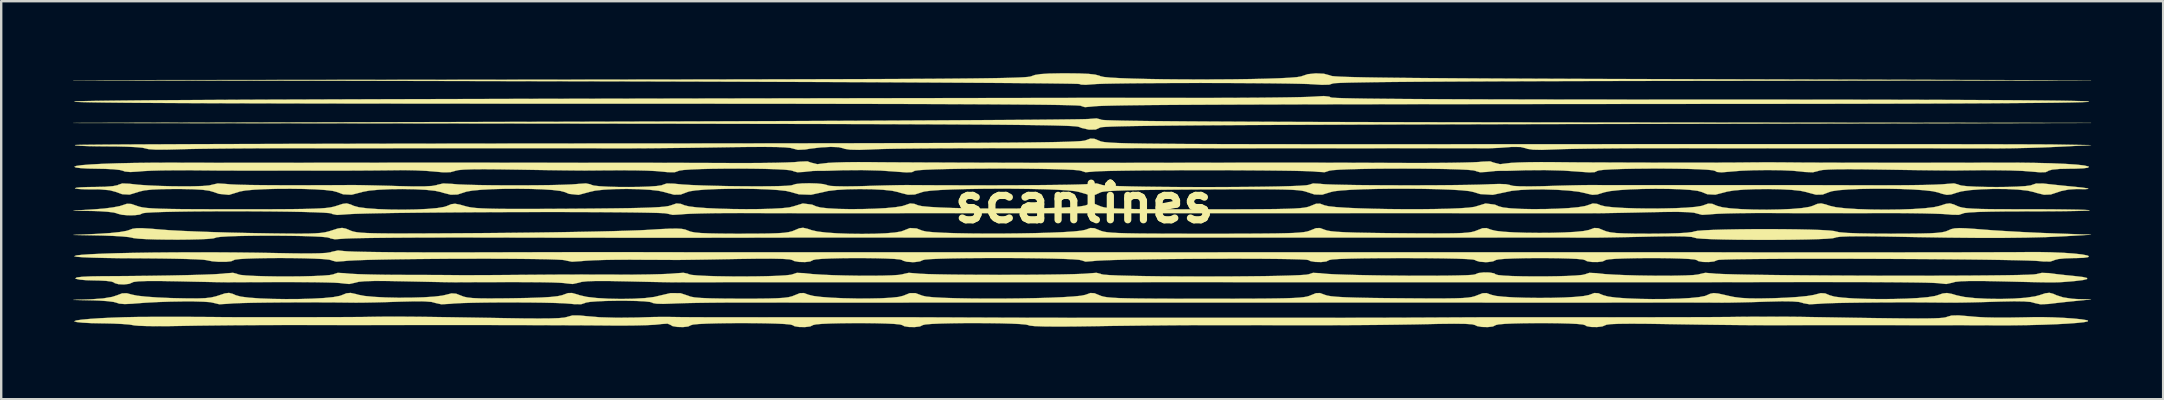
<source format=kicad_pcb>
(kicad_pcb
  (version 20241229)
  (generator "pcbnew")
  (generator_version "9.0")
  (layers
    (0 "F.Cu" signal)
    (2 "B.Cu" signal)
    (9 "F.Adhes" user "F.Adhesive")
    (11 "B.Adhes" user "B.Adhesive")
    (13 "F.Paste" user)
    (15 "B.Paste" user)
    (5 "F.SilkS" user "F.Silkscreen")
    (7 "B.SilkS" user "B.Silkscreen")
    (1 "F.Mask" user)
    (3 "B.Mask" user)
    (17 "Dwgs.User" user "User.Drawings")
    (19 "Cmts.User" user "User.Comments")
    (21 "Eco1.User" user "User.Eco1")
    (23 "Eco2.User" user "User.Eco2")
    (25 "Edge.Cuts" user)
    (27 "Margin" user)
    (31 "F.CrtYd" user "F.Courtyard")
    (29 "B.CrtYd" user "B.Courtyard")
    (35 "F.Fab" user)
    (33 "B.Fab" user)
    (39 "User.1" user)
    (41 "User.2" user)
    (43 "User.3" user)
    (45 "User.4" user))
  (footprint "scanlines"
    (layer "F.Cu")
    (at 42.127 5.418)
    (property "Reference" "scanlines" (at 0 0 0) (layer "F.SilkS") (effects (font (size 1.524 1.524) (thickness 0.3))))
    (attr through_hole)
    (fp_poly (pts (xy 0.693 -3.489) (xy 0.702 -3.48) (xy 0.765 -3.47) (xy 0.936 -3.459) (xy 1.216 -3.45) (xy 1.611 -3.44) (xy 2.123 -3.432) (xy 2.756 -3.424) (xy 3.515 -3.417) (xy 4.402 -3.41) (xy 5.422 -3.404) (xy 6.578 -3.398) (xy 7.873 -3.392) (xy 9.312 -3.387) (xy 10.898 -3.383) (xy 12.634 -3.379) (xy 14.525 -3.375) (xy 16.574 -3.372) (xy 18.784 -3.369) (xy 21.16 -3.366) (xy 21.374 -3.366) (xy 41.952 -3.345) (xy 21.361 -3.302) (xy 19.073 -3.298) (xy 16.949 -3.293) (xy 14.983 -3.288) (xy 13.171 -3.283) (xy 11.507 -3.278) (xy 9.986 -3.272) (xy 8.601 -3.267) (xy 7.349 -3.261) (xy 6.224 -3.255) (xy 5.22 -3.249) (xy 4.332 -3.242) (xy 3.555 -3.235) (xy 2.883 -3.228) (xy 2.312 -3.22) (xy 1.835 -3.212) (xy 1.447 -3.203) (xy 1.144 -3.194) (xy 0.919 -3.183) (xy 0.768 -3.173) (xy 0.684 -3.161) (xy 0.665 -3.154) (xy 0.478 -3.071) (xy 0.2 -3.066) (xy -0.108 -3.136) (xy -0.212 -3.178) (xy -0.261 -3.191) (xy -0.354 -3.203) (xy -0.499 -3.214) (xy -0.699 -3.224) (xy -0.962 -3.233) (xy -1.293 -3.242) (xy -1.698 -3.25) (xy -2.182 -3.257) (xy -2.752 -3.264) (xy -3.414 -3.271) (xy -4.173 -3.277) (xy -5.036 -3.282) (xy -6.007 -3.287) (xy -7.094 -3.291) (xy -8.301 -3.296) (xy -9.635 -3.299) (xy -11.101 -3.303) (xy -12.706 -3.306) (xy -14.455 -3.309) (xy -16.354 -3.313) (xy -18.409 -3.315) (xy -20.625 -3.318) (xy -21.294 -3.319) (xy -42.122 -3.344) (xy -21.167 -3.396) (xy -19.289 -3.401) (xy -17.454 -3.406) (xy -15.668 -3.412) (xy -13.939 -3.418) (xy -12.273 -3.424) (xy -10.679 -3.431) (xy -9.164 -3.437) (xy -7.735 -3.444) (xy -6.4 -3.451) (xy -5.166 -3.458) (xy -4.04 -3.465) (xy -3.03 -3.471) (xy -2.143 -3.478) (xy -1.387 -3.485) (xy -0.768 -3.492) (xy -0.295 -3.498) (xy 0.025 -3.504) (xy 0.185 -3.51) (xy 0.198 -3.511) (xy 0.515 -3.535) (xy 0.693 -3.489)) (stroke (width 0.01) (type solid)) (fill yes) (layer "F.SilkS"))
    (fp_poly (pts (xy -0.217 -5.407) (xy 0.182 -5.39) (xy 0.458 -5.359) (xy 0.634 -5.313) (xy 0.677 -5.292) (xy 0.817 -5.261) (xy 1.104 -5.233) (xy 1.519 -5.211) (xy 2.041 -5.192) (xy 2.649 -5.177) (xy 3.322 -5.166) (xy 4.039 -5.16) (xy 4.78 -5.157) (xy 5.523 -5.159) (xy 6.247 -5.164) (xy 6.932 -5.174) (xy 7.558 -5.188) (xy 8.102 -5.206) (xy 8.544 -5.228) (xy 8.864 -5.254) (xy 9.041 -5.284) (xy 9.059 -5.292) (xy 9.315 -5.377) (xy 9.65 -5.411) (xy 9.986 -5.395) (xy 10.248 -5.325) (xy 10.271 -5.313) (xy 10.328 -5.299) (xy 10.452 -5.287) (xy 10.649 -5.275) (xy 10.926 -5.264) (xy 11.289 -5.254) (xy 11.744 -5.244) (xy 12.297 -5.235) (xy 12.953 -5.227) (xy 13.72 -5.219) (xy 14.602 -5.212) (xy 15.607 -5.205) (xy 16.739 -5.198) (xy 18.006 -5.192) (xy 19.413 -5.186) (xy 20.965 -5.18) (xy 22.671 -5.175) (xy 24.534 -5.169) (xy 26.204 -5.164) (xy 41.952 -5.121) (xy 26.2 -5.101) (xy 24.086 -5.098) (xy 22.138 -5.094) (xy 20.353 -5.09) (xy 18.727 -5.085) (xy 17.256 -5.08) (xy 15.938 -5.074) (xy 14.768 -5.068) (xy 13.744 -5.061) (xy 12.862 -5.053) (xy 12.119 -5.045) (xy 11.511 -5.035) (xy 11.035 -5.026) (xy 10.687 -5.015) (xy 10.464 -5.004) (xy 10.363 -4.991) (xy 10.356 -4.988) (xy 10.208 -4.941) (xy 9.901 -4.934) (xy 9.598 -4.953) (xy 9.355 -4.967) (xy 8.969 -4.978) (xy 8.463 -4.988) (xy 7.856 -4.996) (xy 7.17 -5.002) (xy 6.426 -5.007) (xy 5.643 -5.01) (xy 4.844 -5.011) (xy 4.048 -5.01) (xy 3.277 -5.007) (xy 2.552 -5.003) (xy 1.892 -4.997) (xy 1.32 -4.989) (xy 0.856 -4.98) (xy 0.52 -4.968) (xy 0.338 -4.956) (xy 0.069 -4.935) (xy -0.131 -4.944) (xy -0.198 -4.968) (xy -0.288 -4.974) (xy -0.54 -4.981) (xy -0.946 -4.987) (xy -1.501 -4.994) (xy -2.195 -5.001) (xy -3.023 -5.008) (xy -3.977 -5.015) (xy -5.049 -5.022) (xy -6.233 -5.029) (xy -7.521 -5.036) (xy -8.906 -5.043) (xy -10.38 -5.049) (xy -11.937 -5.055) (xy -13.569 -5.061) (xy -15.269 -5.067) (xy -17.03 -5.072) (xy -18.844 -5.077) (xy -20.705 -5.081) (xy -21.195 -5.082) (xy -42.122 -5.127) (xy -22.267 -5.149) (xy -20.071 -5.151) (xy -18.038 -5.154) (xy -16.163 -5.156) (xy -14.438 -5.159) (xy -12.858 -5.162) (xy -11.416 -5.166) (xy -10.108 -5.169) (xy -8.925 -5.173) (xy -7.863 -5.177) (xy -6.915 -5.182) (xy -6.075 -5.187) (xy -5.337 -5.193) (xy -4.695 -5.199) (xy -4.143 -5.206) (xy -3.674 -5.213) (xy -3.282 -5.221) (xy -2.962 -5.23) (xy -2.706 -5.239) (xy -2.51 -5.25) (xy -2.367 -5.261) (xy -2.27 -5.273) (xy -2.214 -5.286) (xy -2.201 -5.292) (xy -2.055 -5.344) (xy -1.818 -5.381) (xy -1.466 -5.403) (xy -0.976 -5.412) (xy -0.762 -5.413) (xy -0.217 -5.407)) (stroke (width 0.01) (type solid)) (fill yes) (layer "F.SilkS"))
    (fp_poly (pts (xy 10.213 -4.441) (xy 10.271 -4.41) (xy 10.34 -4.398) (xy 10.525 -4.387) (xy 10.83 -4.376) (xy 11.258 -4.367) (xy 11.812 -4.358) (xy 12.498 -4.351) (xy 13.317 -4.344) (xy 14.275 -4.338) (xy 15.374 -4.333) (xy 16.618 -4.328) (xy 18.012 -4.325) (xy 19.559 -4.322) (xy 21.262 -4.32) (xy 23.125 -4.319) (xy 25.153 -4.318) (xy 26.089 -4.318) (xy 28.28 -4.318) (xy 30.31 -4.316) (xy 32.179 -4.314) (xy 33.884 -4.311) (xy 35.427 -4.307) (xy 36.805 -4.302) (xy 38.02 -4.296) (xy 39.069 -4.289) (xy 39.953 -4.281) (xy 40.67 -4.273) (xy 41.22 -4.263) (xy 41.603 -4.253) (xy 41.818 -4.242) (xy 41.868 -4.233) (xy 41.791 -4.221) (xy 41.544 -4.21) (xy 41.129 -4.2) (xy 40.545 -4.19) (xy 39.793 -4.182) (xy 38.871 -4.174) (xy 37.782 -4.166) (xy 36.524 -4.16) (xy 35.099 -4.154) (xy 33.505 -4.149) (xy 31.744 -4.145) (xy 29.816 -4.142) (xy 27.72 -4.14) (xy 26.146 -4.139) (xy 23.634 -4.137) (xy 21.286 -4.135) (xy 19.097 -4.133) (xy 17.062 -4.131) (xy 15.174 -4.129) (xy 13.429 -4.127) (xy 11.822 -4.124) (xy 10.346 -4.122) (xy 8.997 -4.119) (xy 7.77 -4.115) (xy 6.658 -4.112) (xy 5.657 -4.108) (xy 4.762 -4.104) (xy 3.966 -4.1) (xy 3.265 -4.095) (xy 2.654 -4.09) (xy 2.127 -4.084) (xy 1.678 -4.078) (xy 1.303 -4.071) (xy 0.996 -4.064) (xy 0.751 -4.057) (xy 0.564 -4.049) (xy 0.429 -4.04) (xy 0.341 -4.031) (xy 0.327 -4.029) (xy 0.032 -4.003) (xy -0.115 -4.047) (xy -0.122 -4.056) (xy -0.184 -4.067) (xy -0.359 -4.077) (xy -0.649 -4.086) (xy -1.058 -4.095) (xy -1.59 -4.103) (xy -2.247 -4.11) (xy -3.034 -4.116) (xy -3.953 -4.122) (xy -5.009 -4.127) (xy -6.203 -4.132) (xy -7.54 -4.136) (xy -9.023 -4.139) (xy -10.655 -4.142) (xy -12.44 -4.145) (xy -14.381 -4.146) (xy -16.481 -4.148) (xy -18.744 -4.148) (xy -21.129 -4.149) (xy -23.67 -4.149) (xy -26.049 -4.15) (xy -28.265 -4.152) (xy -30.319 -4.154) (xy -32.209 -4.157) (xy -33.936 -4.161) (xy -35.498 -4.165) (xy -36.895 -4.17) (xy -38.127 -4.176) (xy -39.193 -4.182) (xy -40.093 -4.189) (xy -40.825 -4.197) (xy -41.391 -4.206) (xy -41.788 -4.215) (xy -42.017 -4.224) (xy -42.079 -4.233) (xy -42.027 -4.241) (xy -41.869 -4.249) (xy -41.603 -4.257) (xy -41.226 -4.264) (xy -40.736 -4.271) (xy -40.129 -4.278) (xy -39.404 -4.285) (xy -38.558 -4.292) (xy -37.588 -4.298) (xy -36.493 -4.304) (xy -35.268 -4.311) (xy -33.912 -4.317) (xy -32.423 -4.322) (xy -30.797 -4.328) (xy -29.033 -4.334) (xy -27.127 -4.339) (xy -25.077 -4.344) (xy -22.881 -4.35) (xy -20.536 -4.355) (xy -18.039 -4.36) (xy -15.388 -4.365) (xy -12.581 -4.37) (xy -9.615 -4.375) (xy -6.486 -4.38) (xy -3.194 -4.385) (xy 0.265 -4.39) (xy 0.318 -4.39) (xy 0.473 -4.39) (xy 0.779 -4.39) (xy 1.219 -4.39) (xy 1.774 -4.389) (xy 2.425 -4.389) (xy 3.156 -4.389) (xy 3.948 -4.389) (xy 4.783 -4.388) (xy 4.847 -4.388) (xy 5.694 -4.389) (xy 6.507 -4.392) (xy 7.267 -4.397) (xy 7.954 -4.404) (xy 8.55 -4.412) (xy 9.035 -4.422) (xy 9.389 -4.432) (xy 9.595 -4.444) (xy 9.598 -4.444) (xy 9.981 -4.466) (xy 10.213 -4.441)) (stroke (width 0.01) (type solid)) (fill yes) (layer "F.SilkS"))
    (fp_poly (pts (xy 0.425 -2.685) (xy 0.641 -2.597) (xy 0.682 -2.58) (xy 0.738 -2.565) (xy 0.816 -2.551) (xy 0.922 -2.539) (xy 1.063 -2.527) (xy 1.246 -2.516) (xy 1.476 -2.507) (xy 1.761 -2.498) (xy 2.108 -2.491) (xy 2.522 -2.484) (xy 3.011 -2.479) (xy 3.581 -2.474) (xy 4.238 -2.469) (xy 4.99 -2.466) (xy 5.843 -2.463) (xy 6.803 -2.461) (xy 7.877 -2.459) (xy 9.072 -2.458) (xy 10.394 -2.457) (xy 11.849 -2.457) (xy 13.446 -2.457) (xy 15.189 -2.458) (xy 17.086 -2.459) (xy 19.143 -2.46) (xy 19.969 -2.46) (xy 21.773 -2.461) (xy 23.544 -2.462) (xy 25.273 -2.462) (xy 26.953 -2.463) (xy 28.573 -2.463) (xy 30.128 -2.462) (xy 31.607 -2.462) (xy 33.002 -2.461) (xy 34.306 -2.46) (xy 35.51 -2.459) (xy 36.605 -2.458) (xy 37.583 -2.457) (xy 38.436 -2.455) (xy 39.155 -2.453) (xy 39.733 -2.451) (xy 40.159 -2.449) (xy 40.428 -2.447) (xy 40.471 -2.446) (xy 41.952 -2.421) (xy 40.555 -2.351) (xy 39.957 -2.325) (xy 39.297 -2.305) (xy 38.645 -2.291) (xy 38.073 -2.285) (xy 37.952 -2.285) (xy 37.664 -2.286) (xy 37.314 -2.287) (xy 36.893 -2.287) (xy 36.391 -2.288) (xy 35.797 -2.288) (xy 35.102 -2.289) (xy 34.296 -2.289) (xy 33.369 -2.289) (xy 32.311 -2.289) (xy 31.112 -2.289) (xy 29.763 -2.29) (xy 28.448 -2.289) (xy 28.088 -2.29) (xy 27.586 -2.29) (xy 26.971 -2.29) (xy 26.27 -2.291) (xy 25.51 -2.291) (xy 24.72 -2.292) (xy 23.939 -2.292) (xy 23.156 -2.292) (xy 22.384 -2.289) (xy 21.65 -2.283) (xy 20.979 -2.275) (xy 20.399 -2.266) (xy 19.934 -2.255) (xy 19.612 -2.243) (xy 19.605 -2.243) (xy 19.074 -2.224) (xy 18.699 -2.232) (xy 18.467 -2.266) (xy 18.411 -2.288) (xy 18.184 -2.343) (xy 17.816 -2.346) (xy 17.644 -2.334) (xy 17.271 -2.307) (xy 16.898 -2.291) (xy 16.658 -2.289) (xy 16.48 -2.291) (xy 16.155 -2.292) (xy 15.706 -2.293) (xy 15.155 -2.293) (xy 14.525 -2.294) (xy 13.839 -2.293) (xy 13.25 -2.292) (xy 12.226 -2.291) (xy 11.306 -2.29) (xy 10.461 -2.289) (xy 9.66 -2.289) (xy 8.873 -2.289) (xy 8.07 -2.289) (xy 7.22 -2.289) (xy 6.293 -2.29) (xy 5.26 -2.291) (xy 4.088 -2.292) (xy 4.022 -2.292) (xy 3.274 -2.293) (xy 2.562 -2.294) (xy 1.908 -2.295) (xy 1.334 -2.295) (xy 0.861 -2.296) (xy 0.511 -2.296) (xy 0.307 -2.296) (xy 0.296 -2.296) (xy -1.149 -2.296) (xy -2.435 -2.296) (xy -3.572 -2.295) (xy -4.569 -2.293) (xy -5.438 -2.291) (xy -6.188 -2.288) (xy -6.829 -2.283) (xy -7.371 -2.278) (xy -7.824 -2.272) (xy -8.199 -2.265) (xy -8.506 -2.257) (xy -8.753 -2.248) (xy -8.843 -2.243) (xy -9.373 -2.224) (xy -9.748 -2.232) (xy -9.98 -2.266) (xy -10.037 -2.288) (xy -10.236 -2.336) (xy -10.56 -2.348) (xy -10.97 -2.327) (xy -11.426 -2.273) (xy -11.628 -2.239) (xy -11.931 -2.225) (xy -12.136 -2.278) (xy -12.249 -2.307) (xy -12.47 -2.328) (xy -12.812 -2.342) (xy -13.285 -2.347) (xy -13.901 -2.346) (xy -14.669 -2.337) (xy -15.028 -2.331) (xy -15.763 -2.32) (xy -16.508 -2.309) (xy -17.23 -2.301) (xy -17.893 -2.294) (xy -18.463 -2.289) (xy -18.907 -2.288) (xy -18.986 -2.288) (xy -19.279 -2.288) (xy -19.626 -2.288) (xy -20.038 -2.288) (xy -20.527 -2.289) (xy -21.102 -2.289) (xy -21.773 -2.289) (xy -22.552 -2.289) (xy -23.448 -2.289) (xy -24.472 -2.289) (xy -25.633 -2.289) (xy -26.944 -2.289) (xy -28.406 -2.289) (xy -28.77 -2.289) (xy -29.277 -2.29) (xy -29.899 -2.29) (xy -30.608 -2.29) (xy -31.378 -2.29) (xy -32.181 -2.291) (xy -32.989 -2.291) (xy -33.084 -2.291) (xy -33.891 -2.291) (xy -34.696 -2.288) (xy -35.471 -2.283) (xy -36.189 -2.276) (xy -36.822 -2.268) (xy -37.344 -2.258) (xy -37.727 -2.248) (xy -37.761 -2.246) (xy -38.287 -2.233) (xy -38.701 -2.235) (xy -38.985 -2.253) (xy -39.116 -2.284) (xy -39.242 -2.313) (xy -39.509 -2.337) (xy -39.888 -2.356) (xy -40.35 -2.367) (xy -40.675 -2.369) (xy -41.142 -2.373) (xy -41.538 -2.381) (xy -41.839 -2.394) (xy -42.017 -2.41) (xy -42.054 -2.424) (xy -41.966 -2.429) (xy -41.715 -2.434) (xy -41.31 -2.438) (xy -40.757 -2.443) (xy -40.064 -2.448) (xy -39.238 -2.452) (xy -38.286 -2.456) (xy -37.215 -2.461) (xy -36.032 -2.465) (xy -34.746 -2.468) (xy -33.362 -2.472) (xy -31.889 -2.475) (xy -30.334 -2.478) (xy -28.703 -2.481) (xy -27.004 -2.483) (xy -25.245 -2.485) (xy -23.432 -2.487) (xy -21.573 -2.488) (xy -21.106 -2.489) (xy -18.853 -2.49) (xy -16.763 -2.491) (xy -14.83 -2.493) (xy -13.048 -2.495) (xy -11.412 -2.497) (xy -9.915 -2.499) (xy -8.551 -2.502) (xy -7.315 -2.505) (xy -6.199 -2.509) (xy -5.199 -2.512) (xy -4.308 -2.517) (xy -3.521 -2.522) (xy -2.83 -2.527) (xy -2.23 -2.533) (xy -1.716 -2.54) (xy -1.281 -2.547) (xy -0.918 -2.555) (xy -0.623 -2.564) (xy -0.389 -2.574) (xy -0.21 -2.584) (xy -0.08 -2.595) (xy 0.007 -2.607) (xy 0.057 -2.62) (xy 0.06 -2.622) (xy 0.259 -2.693) (xy 0.425 -2.685)) (stroke (width 0.01) (type solid)) (fill yes) (layer "F.SilkS"))
    (fp_poly (pts (xy 36.806 4.704) (xy 37.16 4.736) (xy 37.549 4.757) (xy 38.004 4.766) (xy 38.555 4.765) (xy 39.233 4.754) (xy 39.539 4.747) (xy 39.938 4.746) (xy 40.378 4.756) (xy 40.821 4.777) (xy 41.228 4.805) (xy 41.56 4.839) (xy 41.778 4.875) (xy 41.825 4.89) (xy 41.817 4.923) (xy 41.659 4.956) (xy 41.371 4.987) (xy 40.976 5.016) (xy 40.491 5.042) (xy 39.937 5.063) (xy 39.336 5.078) (xy 38.705 5.087) (xy 38.121 5.088) (xy 37.488 5.086) (xy 36.707 5.084) (xy 35.797 5.083) (xy 34.781 5.082) (xy 33.68 5.081) (xy 32.513 5.081) (xy 31.302 5.081) (xy 30.068 5.081) (xy 28.831 5.082) (xy 28.512 5.082) (xy 27.947 5.081) (xy 27.258 5.076) (xy 26.49 5.068) (xy 25.689 5.058) (xy 24.899 5.046) (xy 24.307 5.036) (xy 23.469 5.023) (xy 22.797 5.019) (xy 22.29 5.024) (xy 21.945 5.038) (xy 21.761 5.062) (xy 21.729 5.076) (xy 21.591 5.133) (xy 21.367 5.16) (xy 21.126 5.156) (xy 20.936 5.122) (xy 20.87 5.08) (xy 20.772 5.052) (xy 20.534 5.029) (xy 20.188 5.012) (xy 19.764 5.001) (xy 19.292 4.995) (xy 18.802 4.995) (xy 18.325 5) (xy 17.891 5.01) (xy 17.53 5.026) (xy 17.273 5.048) (xy 17.15 5.075) (xy 17.145 5.08) (xy 17.029 5.136) (xy 16.815 5.161) (xy 16.572 5.155) (xy 16.368 5.119) (xy 16.287 5.077) (xy 16.164 5.045) (xy 15.874 5.026) (xy 15.416 5.02) (xy 14.792 5.027) (xy 14.343 5.037) (xy 13.758 5.049) (xy 13.047 5.06) (xy 12.254 5.07) (xy 11.422 5.077) (xy 10.595 5.081) (xy 9.818 5.083) (xy 9.8 5.083) (xy 9.013 5.082) (xy 8.164 5.082) (xy 7.302 5.081) (xy 6.471 5.08) (xy 5.718 5.08) (xy 5.101 5.08) (xy 4.466 5.081) (xy 3.708 5.085) (xy 2.875 5.092) (xy 2.012 5.102) (xy 1.167 5.112) (xy 0.43 5.124) (xy -0.447 5.136) (xy -1.156 5.139) (xy -1.698 5.134) (xy -2.072 5.12) (xy -2.277 5.098) (xy -2.317 5.082) (xy -2.425 5.056) (xy -2.673 5.034) (xy -3.033 5.017) (xy -3.477 5.004) (xy -3.977 4.997) (xy -4.506 4.994) (xy -5.036 4.995) (xy -5.539 5.002) (xy -5.987 5.013) (xy -6.353 5.029) (xy -6.609 5.05) (xy -6.727 5.076) (xy -6.731 5.08) (xy -6.845 5.134) (xy -7.057 5.16) (xy -7.297 5.158) (xy -7.495 5.126) (xy -7.578 5.08) (xy -7.676 5.052) (xy -7.914 5.029) (xy -8.26 5.012) (xy -8.684 5.001) (xy -9.156 4.995) (xy -9.646 4.995) (xy -10.123 5) (xy -10.557 5.01) (xy -10.918 5.026) (xy -11.175 5.048) (xy -11.298 5.075) (xy -11.303 5.08) (xy -11.417 5.134) (xy -11.629 5.16) (xy -11.869 5.158) (xy -12.067 5.126) (xy -12.15 5.08) (xy -12.247 5.054) (xy -12.486 5.032) (xy -12.837 5.015) (xy -13.273 5.003) (xy -13.764 4.996) (xy -14.283 4.994) (xy -14.8 4.996) (xy -15.289 5.004) (xy -15.72 5.016) (xy -16.065 5.033) (xy -16.296 5.055) (xy -16.383 5.08) (xy -16.499 5.136) (xy -16.713 5.161) (xy -16.953 5.155) (xy -17.153 5.12) (xy -17.236 5.07) (xy -17.361 5.017) (xy -17.633 5.035) (xy -17.685 5.043) (xy -17.897 5.064) (xy -18.242 5.081) (xy -18.684 5.092) (xy -19.188 5.097) (xy -19.643 5.096) (xy -20.262 5.091) (xy -21.025 5.086) (xy -21.907 5.083) (xy -22.883 5.079) (xy -23.926 5.077) (xy -25.012 5.075) (xy -26.116 5.074) (xy -27.212 5.074) (xy -28.275 5.075) (xy -28.363 5.076) (xy -28.928 5.076) (xy -29.62 5.076) (xy -30.4 5.077) (xy -31.225 5.076) (xy -32.055 5.076) (xy -32.848 5.075) (xy -32.978 5.075) (xy -33.76 5.076) (xy -34.586 5.079) (xy -35.415 5.084) (xy -36.206 5.092) (xy -36.916 5.1) (xy -37.506 5.11) (xy -37.592 5.112) (xy -38.143 5.121) (xy -38.647 5.123) (xy -39.076 5.118) (xy -39.401 5.106) (xy -39.595 5.089) (xy -39.624 5.082) (xy -39.786 5.055) (xy -40.079 5.032) (xy -40.461 5.014) (xy -40.895 5.004) (xy -40.958 5.004) (xy -41.391 4.995) (xy -41.74 4.976) (xy -41.979 4.951) (xy -42.078 4.92) (xy -42.079 4.915) (xy -41.999 4.884) (xy -41.776 4.852) (xy -41.437 4.821) (xy -41.009 4.792) (xy -40.518 4.768) (xy -39.991 4.75) (xy -39.455 4.739) (xy -39.306 4.738) (xy -38.875 4.736) (xy -38.363 4.735) (xy -37.813 4.735) (xy -37.267 4.736) (xy -36.769 4.738) (xy -36.36 4.741) (xy -36.11 4.743) (xy -35.855 4.746) (xy -35.461 4.748) (xy -34.955 4.749) (xy -34.366 4.75) (xy -33.721 4.75) (xy -33.047 4.749) (xy -32.372 4.749) (xy -31.724 4.747) (xy -31.129 4.746) (xy -30.615 4.743) (xy -30.211 4.741) (xy -29.943 4.738) (xy -29.909 4.737) (xy -29.544 4.731) (xy -29.162 4.727) (xy -28.745 4.726) (xy -28.273 4.728) (xy -27.73 4.732) (xy -27.096 4.74) (xy -26.354 4.751) (xy -25.485 4.765) (xy -24.471 4.782) (xy -24.088 4.789) (xy -23.316 4.801) (xy -22.701 4.804) (xy -22.228 4.8) (xy -21.885 4.787) (xy -21.659 4.765) (xy -21.536 4.735) (xy -21.53 4.732) (xy -21.329 4.677) (xy -21.014 4.678) (xy -20.768 4.703) (xy -20.179 4.752) (xy -19.454 4.772) (xy -18.622 4.763) (xy -18.33 4.753) (xy -17.967 4.742) (xy -17.623 4.737) (xy -17.231 4.739) (xy -16.806 4.745) (xy -16.601 4.747) (xy -16.238 4.749) (xy -15.725 4.751) (xy -15.073 4.752) (xy -14.292 4.752) (xy -13.393 4.753) (xy -12.386 4.752) (xy -11.726 4.752) (xy -11.492 4.752) (xy -11.126 4.752) (xy -10.659 4.752) (xy -10.124 4.752) (xy -9.552 4.752) (xy -8.974 4.752) (xy -8.422 4.752) (xy -7.929 4.752) (xy -7.525 4.752) (xy -7.243 4.752) (xy -7.154 4.752) (xy -6.968 4.753) (xy -6.639 4.754) (xy -6.194 4.756) (xy -5.662 4.758) (xy -5.069 4.761) (xy -4.508 4.763) (xy -4.006 4.765) (xy -3.506 4.767) (xy -2.992 4.769) (xy -2.451 4.77) (xy -1.865 4.772) (xy -1.221 4.772) (xy -0.503 4.773) (xy 0.305 4.774) (xy 1.216 4.774) (xy 2.248 4.774) (xy 3.414 4.774) (xy 4.729 4.774) (xy 5.122 4.774) (xy 5.795 4.774) (xy 6.587 4.774) (xy 7.449 4.774) (xy 8.333 4.774) (xy 9.188 4.774) (xy 9.864 4.774) (xy 10.64 4.773) (xy 11.473 4.772) (xy 12.317 4.771) (xy 13.127 4.768) (xy 13.856 4.766) (xy 14.415 4.763) (xy 14.994 4.76) (xy 15.538 4.757) (xy 16.018 4.755) (xy 16.401 4.753) (xy 16.659 4.752) (xy 16.722 4.752) (xy 17.273 4.752) (xy 17.876 4.752) (xy 18.504 4.752) (xy 19.13 4.752) (xy 19.726 4.752) (xy 20.266 4.752) (xy 20.722 4.752) (xy 21.067 4.752) (xy 21.275 4.752) (xy 21.294 4.752) (xy 21.983 4.753) (xy 22.711 4.752) (xy 23.454 4.751) (xy 24.187 4.75) (xy 24.888 4.749) (xy 25.53 4.747) (xy 26.092 4.745) (xy 26.548 4.742) (xy 26.875 4.74) (xy 27.009 4.738) (xy 27.484 4.732) (xy 28.064 4.729) (xy 28.686 4.728) (xy 29.289 4.73) (xy 29.81 4.735) (xy 29.993 4.738) (xy 31.139 4.757) (xy 32.127 4.774) (xy 32.97 4.786) (xy 33.679 4.795) (xy 34.266 4.801) (xy 34.743 4.803) (xy 35.121 4.801) (xy 35.413 4.795) (xy 35.63 4.786) (xy 35.784 4.773) (xy 35.887 4.756) (xy 35.951 4.736) (xy 35.959 4.731) (xy 36.142 4.68) (xy 36.434 4.673) (xy 36.806 4.704)) (stroke (width 0.01) (type solid)) (fill yes) (layer "F.SilkS"))
    (fp_poly (pts (xy -11.385 -1.692) (xy -11.12 -1.627) (xy -10.863 -1.658) (xy -10.675 -1.68) (xy -10.352 -1.697) (xy -9.928 -1.709) (xy -9.437 -1.714) (xy -8.975 -1.712) (xy -8.599 -1.708) (xy -8.078 -1.704) (xy -7.435 -1.701) (xy -6.693 -1.697) (xy -5.876 -1.694) (xy -5.008 -1.69) (xy -4.113 -1.688) (xy -3.213 -1.685) (xy -2.333 -1.683) (xy -1.496 -1.682) (xy -0.726 -1.681) (xy -0.046 -1.681) (xy 0.275 -1.681) (xy 0.448 -1.681) (xy 0.77 -1.681) (xy 1.219 -1.682) (xy 1.774 -1.683) (xy 2.414 -1.684) (xy 3.118 -1.685) (xy 3.866 -1.686) (xy 4.022 -1.686) (xy 5.179 -1.688) (xy 6.191 -1.689) (xy 7.078 -1.69) (xy 7.864 -1.69) (xy 8.571 -1.69) (xy 9.223 -1.69) (xy 9.842 -1.689) (xy 10.451 -1.688) (xy 11.072 -1.686) (xy 11.728 -1.684) (xy 12.442 -1.681) (xy 13.229 -1.678) (xy 13.946 -1.676) (xy 14.619 -1.679) (xy 15.227 -1.684) (xy 15.748 -1.693) (xy 16.163 -1.704) (xy 16.449 -1.718) (xy 16.58 -1.732) (xy 16.915 -1.745) (xy 17.063 -1.692) (xy 17.328 -1.627) (xy 17.585 -1.658) (xy 17.772 -1.68) (xy 18.095 -1.697) (xy 18.519 -1.709) (xy 19.012 -1.714) (xy 19.494 -1.712) (xy 19.989 -1.707) (xy 20.604 -1.702) (xy 21.314 -1.699) (xy 22.09 -1.696) (xy 22.906 -1.693) (xy 23.734 -1.691) (xy 24.547 -1.69) (xy 25.319 -1.69) (xy 26.021 -1.69) (xy 26.626 -1.692) (xy 27.107 -1.694) (xy 27.347 -1.696) (xy 27.979 -1.702) (xy 28.539 -1.704) (xy 29.115 -1.701) (xy 29.57 -1.697) (xy 29.916 -1.694) (xy 30.408 -1.692) (xy 31.02 -1.69) (xy 31.727 -1.688) (xy 32.507 -1.687) (xy 33.333 -1.686) (xy 34.182 -1.686) (xy 35.03 -1.686) (xy 35.851 -1.687) (xy 36.621 -1.688) (xy 37.317 -1.689) (xy 37.912 -1.691) (xy 37.931 -1.691) (xy 38.801 -1.691) (xy 39.591 -1.681) (xy 40.286 -1.665) (xy 40.873 -1.64) (xy 41.338 -1.61) (xy 41.665 -1.573) (xy 41.842 -1.531) (xy 41.863 -1.517) (xy 41.824 -1.481) (xy 41.632 -1.455) (xy 41.307 -1.441) (xy 41.085 -1.439) (xy 40.645 -1.43) (xy 40.339 -1.402) (xy 40.182 -1.358) (xy 40.168 -1.344) (xy 40.062 -1.295) (xy 39.821 -1.289) (xy 39.507 -1.315) (xy 39.1 -1.347) (xy 38.566 -1.367) (xy 37.893 -1.376) (xy 37.07 -1.374) (xy 36.407 -1.366) (xy 36.18 -1.365) (xy 35.812 -1.367) (xy 35.328 -1.372) (xy 34.756 -1.379) (xy 34.124 -1.388) (xy 33.458 -1.399) (xy 33.316 -1.401) (xy 32.517 -1.413) (xy 31.875 -1.417) (xy 31.376 -1.414) (xy 31.008 -1.403) (xy 30.759 -1.384) (xy 30.616 -1.356) (xy 30.59 -1.345) (xy 30.365 -1.289) (xy 30.02 -1.302) (xy 29.912 -1.316) (xy 29.532 -1.353) (xy 29.036 -1.375) (xy 28.475 -1.382) (xy 27.903 -1.375) (xy 27.371 -1.354) (xy 26.932 -1.318) (xy 26.914 -1.316) (xy 26.564 -1.287) (xy 26.36 -1.303) (xy 26.296 -1.344) (xy 26.196 -1.373) (xy 25.953 -1.397) (xy 25.594 -1.416) (xy 25.144 -1.431) (xy 24.63 -1.44) (xy 24.079 -1.445) (xy 23.516 -1.444) (xy 22.968 -1.439) (xy 22.461 -1.429) (xy 22.021 -1.414) (xy 21.675 -1.394) (xy 21.45 -1.369) (xy 21.371 -1.343) (xy 21.274 -1.296) (xy 21.049 -1.285) (xy 20.678 -1.31) (xy 20.626 -1.315) (xy 19.961 -1.361) (xy 19.195 -1.381) (xy 18.391 -1.375) (xy 18.034 -1.363) (xy 17.729 -1.353) (xy 17.462 -1.35) (xy 17.357 -1.351) (xy 17.137 -1.344) (xy 16.854 -1.315) (xy 16.778 -1.305) (xy 16.495 -1.29) (xy 16.325 -1.337) (xy 16.316 -1.345) (xy 16.208 -1.371) (xy 15.954 -1.393) (xy 15.578 -1.411) (xy 15.104 -1.425) (xy 14.556 -1.435) (xy 13.957 -1.442) (xy 13.332 -1.444) (xy 12.703 -1.443) (xy 12.095 -1.438) (xy 11.532 -1.428) (xy 11.037 -1.415) (xy 10.633 -1.398) (xy 10.346 -1.377) (xy 10.197 -1.353) (xy 10.185 -1.346) (xy 10.022 -1.293) (xy 9.719 -1.309) (xy 9.681 -1.314) (xy 9.503 -1.328) (xy 9.178 -1.34) (xy 8.725 -1.351) (xy 8.164 -1.359) (xy 7.517 -1.366) (xy 6.804 -1.371) (xy 6.043 -1.375) (xy 5.257 -1.376) (xy 4.464 -1.376) (xy 3.686 -1.374) (xy 2.942 -1.37) (xy 2.253 -1.365) (xy 1.638 -1.357) (xy 1.119 -1.348) (xy 0.715 -1.337) (xy 0.446 -1.324) (xy 0.352 -1.315) (xy 0.054 -1.291) (xy -0.109 -1.345) (xy -0.216 -1.37) (xy -0.468 -1.391) (xy -0.845 -1.408) (xy -1.324 -1.423) (xy -1.883 -1.433) (xy -2.5 -1.441) (xy -3.154 -1.444) (xy -3.822 -1.445) (xy -4.483 -1.442) (xy -5.114 -1.436) (xy -5.694 -1.426) (xy -6.2 -1.413) (xy -6.611 -1.396) (xy -6.905 -1.376) (xy -7.059 -1.353) (xy -7.077 -1.343) (xy -7.174 -1.296) (xy -7.399 -1.285) (xy -7.77 -1.31) (xy -7.822 -1.315) (xy -8.487 -1.361) (xy -9.253 -1.381) (xy -10.057 -1.375) (xy -10.414 -1.363) (xy -10.719 -1.353) (xy -10.986 -1.35) (xy -11.091 -1.351) (xy -11.311 -1.344) (xy -11.594 -1.315) (xy -11.67 -1.305) (xy -11.953 -1.29) (xy -12.123 -1.337) (xy -12.132 -1.345) (xy -12.244 -1.374) (xy -12.498 -1.399) (xy -12.867 -1.418) (xy -13.324 -1.432) (xy -13.841 -1.44) (xy -14.392 -1.444) (xy -14.949 -1.442) (xy -15.485 -1.436) (xy -15.973 -1.424) (xy -16.386 -1.407) (xy -16.697 -1.385) (xy -16.878 -1.358) (xy -16.91 -1.344) (xy -17.06 -1.292) (xy -17.356 -1.294) (xy -17.541 -1.313) (xy -17.841 -1.34) (xy -18.228 -1.359) (xy -18.718 -1.37) (xy -19.33 -1.373) (xy -20.083 -1.369) (xy -20.574 -1.364) (xy -20.828 -1.363) (xy -21.222 -1.366) (xy -21.726 -1.371) (xy -22.312 -1.379) (xy -22.949 -1.389) (xy -23.609 -1.4) (xy -23.622 -1.4) (xy -24.399 -1.412) (xy -25.02 -1.417) (xy -25.499 -1.413) (xy -25.848 -1.401) (xy -26.08 -1.38) (xy -26.209 -1.351) (xy -26.222 -1.345) (xy -26.416 -1.292) (xy -26.723 -1.289) (xy -27.027 -1.316) (xy -27.409 -1.348) (xy -27.875 -1.37) (xy -28.338 -1.379) (xy -28.448 -1.378) (xy -28.908 -1.373) (xy -29.405 -1.368) (xy -29.846 -1.364) (xy -29.93 -1.364) (xy -30.241 -1.362) (xy -30.688 -1.36) (xy -31.241 -1.359) (xy -31.874 -1.359) (xy -32.557 -1.358) (xy -33.262 -1.358) (xy -33.961 -1.359) (xy -34.625 -1.359) (xy -35.226 -1.36) (xy -35.736 -1.362) (xy -36.126 -1.363) (xy -36.322 -1.365) (xy -37.17 -1.372) (xy -37.867 -1.373) (xy -38.428 -1.368) (xy -38.871 -1.356) (xy -39.214 -1.338) (xy -39.412 -1.32) (xy -39.744 -1.3) (xy -39.978 -1.322) (xy -40.047 -1.35) (xy -40.18 -1.385) (xy -40.442 -1.414) (xy -40.793 -1.432) (xy -41.127 -1.438) (xy -41.507 -1.445) (xy -41.815 -1.463) (xy -42.016 -1.489) (xy -42.079 -1.518) (xy -41.997 -1.554) (xy -41.762 -1.587) (xy -41.389 -1.616) (xy -40.895 -1.642) (xy -40.296 -1.663) (xy -39.607 -1.678) (xy -38.844 -1.687) (xy -38.024 -1.69) (xy -37.761 -1.689) (xy -37.163 -1.687) (xy -36.44 -1.686) (xy -35.636 -1.685) (xy -34.794 -1.684) (xy -33.959 -1.684) (xy -33.175 -1.685) (xy -33.147 -1.685) (xy -32.362 -1.686) (xy -31.523 -1.687) (xy -30.672 -1.687) (xy -29.856 -1.688) (xy -29.118 -1.689) (xy -28.504 -1.69) (xy -28.49 -1.69) (xy -27.889 -1.69) (xy -27.162 -1.69) (xy -26.351 -1.69) (xy -25.501 -1.69) (xy -24.653 -1.689) (xy -23.852 -1.688) (xy -23.749 -1.688) (xy -22.957 -1.687) (xy -22.114 -1.686) (xy -21.261 -1.686) (xy -20.442 -1.685) (xy -19.701 -1.685) (xy -19.08 -1.684) (xy -19.008 -1.684) (xy -18.366 -1.684) (xy -17.605 -1.683) (xy -16.775 -1.681) (xy -15.928 -1.679) (xy -15.114 -1.676) (xy -14.605 -1.674) (xy -13.963 -1.674) (xy -13.363 -1.678) (xy -12.831 -1.686) (xy -12.391 -1.698) (xy -12.067 -1.712) (xy -11.884 -1.729) (xy -11.868 -1.732) (xy -11.533 -1.745) (xy -11.385 -1.692)) (stroke (width 0.01) (type solid)) (fill yes) (layer "F.SilkS"))
    (fp_poly (pts (xy -11.523 1.066) (xy -11.35 1.125) (xy -11.107 1.18) (xy -10.742 1.223) (xy -10.291 1.254) (xy -9.785 1.273) (xy -9.259 1.279) (xy -8.747 1.273) (xy -8.282 1.254) (xy -7.898 1.222) (xy -7.629 1.177) (xy -7.535 1.143) (xy -7.26 1.034) (xy -6.986 1.05) (xy -6.739 1.145) (xy -6.575 1.181) (xy -6.267 1.21) (xy -5.837 1.233) (xy -5.31 1.25) (xy -4.71 1.261) (xy -4.06 1.266) (xy -3.384 1.265) (xy -2.707 1.258) (xy -2.052 1.246) (xy -1.443 1.228) (xy -0.904 1.206) (xy -0.46 1.178) (xy -0.134 1.145) (xy 0.051 1.108) (xy 0.06 1.104) (xy 0.26 1.032) (xy 0.427 1.041) (xy 0.634 1.126) (xy 0.718 1.159) (xy 0.824 1.187) (xy 0.97 1.21) (xy 1.17 1.228) (xy 1.438 1.242) (xy 1.79 1.253) (xy 2.24 1.261) (xy 2.804 1.266) (xy 3.497 1.268) (xy 4.333 1.27) (xy 5.038 1.27) (xy 5.987 1.27) (xy 6.783 1.268) (xy 7.438 1.264) (xy 7.97 1.259) (xy 8.392 1.25) (xy 8.719 1.239) (xy 8.967 1.223) (xy 9.15 1.204) (xy 9.284 1.18) (xy 9.382 1.15) (xy 9.441 1.126) (xy 9.66 1.038) (xy 9.826 1.034) (xy 10.015 1.104) (xy 10.125 1.139) (xy 10.295 1.168) (xy 10.543 1.191) (xy 10.884 1.21) (xy 11.335 1.225) (xy 11.911 1.236) (xy 12.631 1.246) (xy 13.166 1.251) (xy 13.952 1.257) (xy 14.587 1.259) (xy 15.09 1.258) (xy 15.48 1.252) (xy 15.775 1.24) (xy 15.994 1.223) (xy 16.155 1.198) (xy 16.277 1.166) (xy 16.369 1.13) (xy 16.597 1.042) (xy 16.764 1.035) (xy 16.957 1.104) (xy 16.961 1.106) (xy 17.155 1.152) (xy 17.484 1.189) (xy 17.916 1.215) (xy 18.417 1.231) (xy 18.955 1.237) (xy 19.496 1.233) (xy 20.008 1.218) (xy 20.456 1.194) (xy 20.809 1.159) (xy 21.032 1.114) (xy 21.057 1.104) (xy 21.257 1.032) (xy 21.424 1.04) (xy 21.632 1.126) (xy 21.765 1.177) (xy 21.935 1.215) (xy 22.167 1.242) (xy 22.487 1.258) (xy 22.922 1.267) (xy 23.496 1.27) (xy 23.588 1.27) (xy 24.215 1.265) (xy 24.729 1.251) (xy 25.112 1.228) (xy 25.351 1.198) (xy 25.414 1.178) (xy 25.548 1.151) (xy 25.827 1.129) (xy 26.224 1.11) (xy 26.716 1.096) (xy 27.278 1.086) (xy 27.883 1.08) (xy 28.508 1.079) (xy 29.126 1.082) (xy 29.714 1.089) (xy 30.246 1.1) (xy 30.696 1.116) (xy 31.041 1.136) (xy 31.255 1.16) (xy 31.307 1.175) (xy 31.465 1.21) (xy 31.791 1.237) (xy 32.284 1.256) (xy 32.944 1.267) (xy 33.611 1.27) (xy 34.289 1.268) (xy 34.82 1.263) (xy 35.223 1.253) (xy 35.521 1.236) (xy 35.735 1.212) (xy 35.886 1.18) (xy 35.995 1.137) (xy 36.001 1.134) (xy 36.127 1.079) (xy 36.272 1.047) (xy 36.47 1.036) (xy 36.753 1.045) (xy 37.154 1.073) (xy 37.415 1.094) (xy 37.887 1.13) (xy 38.474 1.166) (xy 39.121 1.202) (xy 39.775 1.233) (xy 40.259 1.252) (xy 41.952 1.312) (xy 40.767 1.38) (xy 40.065 1.412) (xy 39.245 1.432) (xy 38.297 1.443) (xy 37.213 1.443) (xy 35.983 1.432) (xy 34.598 1.41) (xy 33.833 1.395) (xy 33.014 1.381) (xy 32.36 1.376) (xy 31.865 1.381) (xy 31.526 1.394) (xy 31.338 1.418) (xy 31.298 1.434) (xy 31.191 1.459) (xy 30.939 1.48) (xy 30.566 1.497) (xy 30.097 1.51) (xy 29.555 1.519) (xy 28.965 1.525) (xy 28.352 1.527) (xy 27.739 1.525) (xy 27.151 1.52) (xy 26.612 1.51) (xy 26.146 1.497) (xy 25.777 1.48) (xy 25.53 1.46) (xy 25.431 1.436) (xy 25.308 1.404) (xy 25.019 1.384) (xy 24.565 1.377) (xy 23.948 1.383) (xy 23.53 1.391) (xy 22.961 1.404) (xy 22.422 1.415) (xy 21.944 1.424) (xy 21.562 1.43) (xy 21.309 1.433) (xy 21.273 1.433) (xy 21.053 1.432) (xy 20.698 1.432) (xy 20.239 1.431) (xy 19.711 1.431) (xy 19.145 1.431) (xy 19.008 1.431) (xy 18.436 1.431) (xy 17.892 1.431) (xy 17.409 1.431) (xy 17.021 1.43) (xy 16.76 1.43) (xy 16.722 1.43) (xy 16.528 1.43) (xy 16.188 1.43) (xy 15.725 1.43) (xy 15.162 1.43) (xy 14.523 1.43) (xy 13.83 1.43) (xy 13.25 1.43) (xy 12.531 1.43) (xy 11.847 1.429) (xy 11.221 1.429) (xy 10.676 1.429) (xy 10.235 1.429) (xy 9.922 1.429) (xy 9.779 1.429) (xy 9.601 1.429) (xy 9.273 1.429) (xy 8.817 1.429) (xy 8.252 1.429) (xy 7.599 1.429) (xy 6.878 1.429) (xy 6.109 1.429) (xy 5.313 1.429) (xy 4.51 1.429) (xy 3.719 1.429) (xy 2.962 1.429) (xy 2.259 1.429) (xy 1.629 1.429) (xy 1.094 1.429) (xy 0.673 1.429) (xy 0.387 1.429) (xy 0.296 1.429) (xy 0.107 1.429) (xy -0.23 1.429) (xy -0.692 1.429) (xy -1.258 1.429) (xy -1.905 1.429) (xy -2.613 1.429) (xy -3.358 1.429) (xy -3.429 1.429) (xy -4.177 1.429) (xy -4.888 1.429) (xy -5.542 1.43) (xy -6.117 1.43) (xy -6.59 1.43) (xy -6.939 1.43) (xy -7.143 1.43) (xy -7.154 1.43) (xy -7.368 1.43) (xy -7.72 1.431) (xy -8.179 1.431) (xy -8.716 1.431) (xy -9.298 1.431) (xy -9.896 1.431) (xy -10.478 1.431) (xy -11.013 1.431) (xy -11.471 1.431) (xy -11.726 1.431) (xy -11.942 1.431) (xy -12.296 1.431) (xy -12.761 1.432) (xy -13.305 1.433) (xy -13.9 1.434) (xy -14.309 1.435) (xy -15.102 1.436) (xy -15.899 1.437) (xy -16.715 1.438) (xy -17.569 1.438) (xy -18.477 1.438) (xy -19.457 1.437) (xy -20.526 1.436) (xy -21.7 1.435) (xy -22.997 1.433) (xy -24.434 1.43) (xy -25.548 1.428) (xy -26.457 1.428) (xy -27.327 1.429) (xy -28.141 1.432) (xy -28.883 1.437) (xy -29.534 1.444) (xy -30.079 1.452) (xy -30.501 1.461) (xy -30.782 1.472) (xy -30.89 1.48) (xy -31.225 1.503) (xy -31.416 1.464) (xy -31.436 1.448) (xy -31.545 1.421) (xy -31.794 1.398) (xy -32.158 1.38) (xy -32.608 1.366) (xy -33.12 1.357) (xy -33.665 1.352) (xy -34.218 1.352) (xy -34.751 1.357) (xy -35.237 1.366) (xy -35.651 1.38) (xy -35.966 1.399) (xy -36.154 1.423) (xy -36.195 1.439) (xy -36.293 1.466) (xy -36.529 1.488) (xy -36.871 1.503) (xy -37.288 1.513) (xy -37.75 1.518) (xy -38.223 1.516) (xy -38.678 1.509) (xy -39.082 1.496) (xy -39.405 1.477) (xy -39.615 1.453) (xy -39.666 1.439) (xy -39.811 1.411) (xy -40.088 1.384) (xy -40.46 1.362) (xy -40.89 1.346) (xy -40.979 1.344) (xy -42.122 1.322) (xy -41.063 1.274) (xy -40.588 1.243) (xy -40.189 1.201) (xy -39.902 1.151) (xy -39.782 1.112) (xy -39.657 1.065) (xy -39.488 1.042) (xy -39.242 1.041) (xy -38.888 1.062) (xy -38.469 1.098) (xy -38.108 1.125) (xy -37.608 1.152) (xy -37.002 1.178) (xy -36.322 1.202) (xy -35.598 1.224) (xy -34.863 1.24) (xy -34.6 1.245) (xy -33.83 1.258) (xy -33.209 1.265) (xy -32.718 1.268) (xy -32.335 1.265) (xy -32.042 1.255) (xy -31.818 1.238) (xy -31.643 1.213) (xy -31.497 1.179) (xy -31.367 1.139) (xy -31.101 1.054) (xy -30.923 1.028) (xy -30.764 1.059) (xy -30.586 1.133) (xy -30.51 1.164) (xy -30.416 1.189) (xy -30.293 1.211) (xy -30.126 1.228) (xy -29.903 1.241) (xy -29.61 1.251) (xy -29.235 1.257) (xy -28.765 1.261) (xy -28.185 1.261) (xy -27.484 1.259) (xy -26.648 1.255) (xy -25.664 1.249) (xy -24.971 1.244) (xy -23.989 1.235) (xy -23.017 1.224) (xy -22.075 1.211) (xy -21.184 1.196) (xy -20.363 1.18) (xy -19.633 1.163) (xy -19.014 1.145) (xy -18.527 1.128) (xy -18.218 1.112) (xy -17.671 1.079) (xy -17.264 1.06) (xy -16.972 1.057) (xy -16.768 1.069) (xy -16.623 1.097) (xy -16.511 1.142) (xy -16.508 1.144) (xy -16.394 1.186) (xy -16.222 1.219) (xy -15.971 1.242) (xy -15.621 1.257) (xy -15.15 1.266) (xy -14.537 1.27) (xy -14.316 1.27) (xy -13.671 1.268) (xy -13.172 1.263) (xy -12.796 1.251) (xy -12.519 1.233) (xy -12.318 1.205) (xy -12.169 1.168) (xy -12.063 1.125) (xy -11.869 1.043) (xy -11.714 1.023) (xy -11.523 1.066)) (stroke (width 0.01) (type solid)) (fill yes) (layer "F.SilkS"))
    (fp_poly (pts (xy -30.848 1.993) (xy -30.703 2.005) (xy -30.405 2.017) (xy -29.972 2.027) (xy -29.42 2.035) (xy -28.766 2.042) (xy -28.027 2.046) (xy -27.22 2.049) (xy -26.361 2.049) (xy -25.908 2.049) (xy -24.774 2.046) (xy -23.791 2.044) (xy -22.944 2.042) (xy -22.213 2.04) (xy -21.582 2.039) (xy -21.033 2.038) (xy -20.549 2.038) (xy -20.113 2.037) (xy -19.707 2.037) (xy -19.313 2.037) (xy -18.914 2.038) (xy -18.494 2.039) (xy -18.033 2.04) (xy -17.516 2.041) (xy -16.924 2.042) (xy -16.891 2.042) (xy -16.72 2.042) (xy -16.408 2.043) (xy -15.981 2.043) (xy -15.467 2.043) (xy -14.894 2.043) (xy -14.29 2.043) (xy -13.681 2.043) (xy -13.095 2.043) (xy -12.56 2.043) (xy -12.103 2.043) (xy -11.753 2.043) (xy -11.726 2.043) (xy -11.399 2.043) (xy -10.964 2.043) (xy -10.451 2.043) (xy -9.89 2.043) (xy -9.311 2.043) (xy -8.743 2.043) (xy -8.217 2.043) (xy -7.762 2.043) (xy -7.409 2.043) (xy -7.187 2.043) (xy -7.154 2.043) (xy -6.986 2.043) (xy -6.669 2.044) (xy -6.225 2.044) (xy -5.674 2.044) (xy -5.037 2.044) (xy -4.335 2.044) (xy -3.589 2.044) (xy -3.429 2.044) (xy -2.676 2.044) (xy -1.964 2.044) (xy -1.311 2.044) (xy -0.741 2.044) (xy -0.272 2.044) (xy 0.073 2.044) (xy 0.274 2.044) (xy 0.296 2.044) (xy 0.479 2.044) (xy 0.807 2.044) (xy 1.263 2.044) (xy 1.825 2.044) (xy 2.474 2.044) (xy 3.19 2.045) (xy 3.952 2.045) (xy 4.742 2.045) (xy 5.539 2.045) (xy 6.324 2.044) (xy 7.076 2.044) (xy 7.775 2.044) (xy 8.402 2.044) (xy 8.937 2.044) (xy 9.359 2.044) (xy 9.649 2.044) (xy 9.779 2.044) (xy 9.951 2.044) (xy 10.27 2.044) (xy 10.715 2.044) (xy 11.263 2.044) (xy 11.892 2.044) (xy 12.581 2.044) (xy 13.25 2.044) (xy 13.975 2.044) (xy 14.66 2.044) (xy 15.284 2.044) (xy 15.824 2.044) (xy 16.26 2.044) (xy 16.569 2.043) (xy 16.722 2.043) (xy 16.918 2.043) (xy 17.263 2.043) (xy 17.734 2.043) (xy 18.311 2.043) (xy 18.973 2.043) (xy 19.698 2.043) (xy 20.466 2.043) (xy 21.254 2.043) (xy 21.294 2.043) (xy 21.489 2.043) (xy 21.823 2.043) (xy 22.266 2.043) (xy 22.788 2.043) (xy 23.358 2.043) (xy 23.622 2.043) (xy 24.204 2.043) (xy 24.751 2.043) (xy 25.234 2.043) (xy 25.62 2.043) (xy 25.882 2.044) (xy 25.95 2.044) (xy 26.58 2.045) (xy 27.311 2.047) (xy 28.126 2.048) (xy 29.01 2.048) (xy 29.945 2.049) (xy 30.915 2.049) (xy 31.903 2.049) (xy 32.893 2.049) (xy 33.868 2.048) (xy 34.812 2.047) (xy 35.708 2.046) (xy 36.54 2.045) (xy 37.29 2.044) (xy 37.943 2.042) (xy 38.481 2.041) (xy 38.889 2.039) (xy 39.15 2.037) (xy 39.201 2.036) (xy 39.753 2.034) (xy 40.296 2.045) (xy 40.8 2.066) (xy 41.238 2.097) (xy 41.581 2.135) (xy 41.801 2.178) (xy 41.863 2.207) (xy 41.828 2.247) (xy 41.64 2.274) (xy 41.315 2.286) (xy 41.224 2.286) (xy 40.869 2.297) (xy 40.59 2.325) (xy 40.428 2.367) (xy 40.412 2.379) (xy 40.255 2.43) (xy 39.951 2.426) (xy 39.823 2.413) (xy 39.625 2.399) (xy 39.283 2.386) (xy 38.814 2.374) (xy 38.232 2.363) (xy 37.554 2.352) (xy 36.796 2.343) (xy 35.972 2.335) (xy 35.099 2.328) (xy 34.192 2.323) (xy 33.267 2.318) (xy 32.34 2.315) (xy 31.426 2.313) (xy 30.541 2.313) (xy 29.701 2.314) (xy 28.921 2.317) (xy 28.216 2.322) (xy 27.604 2.328) (xy 27.099 2.335) (xy 26.717 2.345) (xy 26.473 2.356) (xy 26.384 2.369) (xy 26.247 2.425) (xy 26.023 2.451) (xy 25.782 2.447) (xy 25.592 2.412) (xy 25.527 2.371) (xy 25.429 2.343) (xy 25.191 2.321) (xy 24.844 2.304) (xy 24.417 2.292) (xy 23.942 2.286) (xy 23.447 2.285) (xy 22.962 2.29) (xy 22.518 2.3) (xy 22.145 2.315) (xy 21.872 2.336) (xy 21.73 2.362) (xy 21.717 2.371) (xy 21.603 2.425) (xy 21.391 2.451) (xy 21.151 2.448) (xy 20.953 2.417) (xy 20.87 2.371) (xy 20.772 2.343) (xy 20.534 2.32) (xy 20.188 2.303) (xy 19.764 2.292) (xy 19.292 2.286) (xy 18.802 2.285) (xy 18.325 2.29) (xy 17.891 2.301) (xy 17.53 2.317) (xy 17.273 2.339) (xy 17.15 2.366) (xy 17.145 2.371) (xy 17.035 2.422) (xy 16.821 2.452) (xy 16.722 2.455) (xy 16.484 2.438) (xy 16.325 2.393) (xy 16.298 2.371) (xy 16.199 2.346) (xy 15.937 2.326) (xy 15.52 2.309) (xy 14.955 2.297) (xy 14.249 2.289) (xy 13.41 2.286) (xy 13.25 2.286) (xy 12.388 2.288) (xy 11.659 2.295) (xy 11.069 2.307) (xy 10.625 2.323) (xy 10.336 2.342) (xy 10.208 2.366) (xy 10.202 2.371) (xy 10.087 2.426) (xy 9.873 2.452) (xy 9.63 2.446) (xy 9.427 2.411) (xy 9.346 2.369) (xy 9.247 2.353) (xy 8.998 2.34) (xy 8.618 2.329) (xy 8.127 2.321) (xy 7.543 2.315) (xy 6.886 2.312) (xy 6.176 2.311) (xy 5.431 2.313) (xy 4.672 2.316) (xy 3.916 2.322) (xy 3.183 2.329) (xy 2.493 2.339) (xy 1.865 2.35) (xy 1.318 2.363) (xy 0.872 2.377) (xy 0.545 2.393) (xy 0.357 2.411) (xy 0.352 2.411) (xy 0.056 2.434) (xy -0.109 2.38) (xy -0.109 2.38) (xy -0.214 2.357) (xy -0.465 2.337) (xy -0.839 2.32) (xy -1.313 2.306) (xy -1.865 2.295) (xy -2.473 2.287) (xy -3.114 2.283) (xy -3.765 2.282) (xy -4.405 2.285) (xy -5.01 2.29) (xy -5.558 2.299) (xy -6.027 2.312) (xy -6.393 2.328) (xy -6.636 2.348) (xy -6.731 2.371) (xy -6.841 2.422) (xy -7.055 2.452) (xy -7.154 2.455) (xy -7.392 2.438) (xy -7.551 2.393) (xy -7.578 2.371) (xy -7.676 2.343) (xy -7.914 2.32) (xy -8.26 2.303) (xy -8.684 2.292) (xy -9.156 2.286) (xy -9.646 2.285) (xy -10.123 2.29) (xy -10.557 2.301) (xy -10.918 2.317) (xy -11.175 2.339) (xy -11.298 2.366) (xy -11.303 2.371) (xy -11.419 2.427) (xy -11.633 2.452) (xy -11.876 2.446) (xy -12.08 2.41) (xy -12.161 2.368) (xy -12.28 2.338) (xy -12.567 2.319) (xy -13.019 2.309) (xy -13.636 2.311) (xy -14.4 2.322) (xy -15.012 2.333) (xy -15.588 2.344) (xy -16.102 2.352) (xy -16.524 2.358) (xy -16.826 2.362) (xy -16.954 2.363) (xy -17.171 2.362) (xy -17.52 2.36) (xy -17.965 2.358) (xy -18.47 2.356) (xy -18.902 2.353) (xy -19.437 2.354) (xy -19.951 2.362) (xy -20.404 2.376) (xy -20.758 2.394) (xy -20.94 2.411) (xy -21.344 2.437) (xy -21.604 2.386) (xy -21.617 2.379) (xy -21.735 2.362) (xy -22.003 2.347) (xy -22.401 2.334) (xy -22.911 2.325) (xy -23.513 2.318) (xy -24.187 2.313) (xy -24.914 2.311) (xy -25.676 2.312) (xy -26.451 2.314) (xy -27.222 2.32) (xy -27.969 2.327) (xy -28.672 2.336) (xy -29.313 2.348) (xy -29.871 2.361) (xy -30.327 2.377) (xy -30.663 2.394) (xy -30.848 2.412) (xy -31.163 2.434) (xy -31.341 2.389) (xy -31.351 2.38) (xy -31.462 2.351) (xy -31.71 2.327) (xy -32.068 2.308) (xy -32.507 2.294) (xy -32.996 2.286) (xy -33.508 2.283) (xy -34.013 2.286) (xy -34.483 2.294) (xy -34.888 2.308) (xy -35.2 2.327) (xy -35.39 2.352) (xy -35.433 2.371) (xy -35.544 2.418) (xy -35.768 2.442) (xy -36.049 2.442) (xy -36.334 2.419) (xy -36.567 2.374) (xy -36.576 2.371) (xy -36.711 2.354) (xy -36.993 2.338) (xy -37.4 2.323) (xy -37.908 2.311) (xy -38.495 2.302) (xy -39.14 2.296) (xy -39.434 2.294) (xy -40.17 2.29) (xy -40.807 2.28) (xy -41.329 2.267) (xy -41.724 2.251) (xy -41.978 2.231) (xy -42.078 2.209) (xy -42.079 2.206) (xy -41.997 2.176) (xy -41.762 2.149) (xy -41.389 2.124) (xy -40.896 2.102) (xy -40.296 2.083) (xy -39.608 2.068) (xy -38.846 2.056) (xy -38.027 2.049) (xy -37.167 2.045) (xy -36.281 2.046) (xy -35.386 2.052) (xy -34.498 2.062) (xy -33.633 2.077) (xy -33.613 2.078) (xy -32.881 2.091) (xy -32.306 2.094) (xy -31.876 2.087) (xy -31.578 2.07) (xy -31.401 2.042) (xy -31.356 2.025) (xy -31.093 1.968) (xy -30.848 1.993)) (stroke (width 0.01) (type solid)) (fill yes) (layer "F.SilkS"))
    (fp_poly (pts (xy 16.89 2.887) (xy 17.08 2.922) (xy 17.145 2.963) (xy 17.245 2.993) (xy 17.484 3.017) (xy 17.831 3.034) (xy 18.257 3.045) (xy 18.731 3.05) (xy 19.222 3.049) (xy 19.701 3.042) (xy 20.137 3.03) (xy 20.5 3.011) (xy 20.759 2.987) (xy 20.884 2.957) (xy 20.888 2.954) (xy 21.048 2.901) (xy 21.345 2.914) (xy 21.392 2.92) (xy 21.679 2.951) (xy 22.073 2.976) (xy 22.547 2.996) (xy 23.069 3.011) (xy 23.611 3.019) (xy 24.143 3.022) (xy 24.635 3.019) (xy 25.06 3.009) (xy 25.386 2.993) (xy 25.585 2.969) (xy 25.624 2.957) (xy 25.88 2.9) (xy 26.175 2.923) (xy 26.344 2.939) (xy 26.661 2.952) (xy 27.11 2.965) (xy 27.675 2.977) (xy 28.34 2.987) (xy 29.089 2.996) (xy 29.907 3.004) (xy 30.778 3.01) (xy 31.685 3.015) (xy 32.614 3.019) (xy 33.547 3.021) (xy 34.47 3.021) (xy 35.366 3.02) (xy 36.22 3.018) (xy 37.016 3.014) (xy 37.737 3.008) (xy 38.369 3.001) (xy 38.895 2.992) (xy 39.299 2.981) (xy 39.565 2.968) (xy 39.679 2.953) (xy 39.679 2.953) (xy 39.902 2.902) (xy 40.206 2.912) (xy 40.229 2.916) (xy 40.498 2.952) (xy 40.861 2.993) (xy 41.243 3.032) (xy 41.275 3.035) (xy 41.615 3.075) (xy 41.786 3.116) (xy 41.789 3.158) (xy 41.624 3.2) (xy 41.293 3.241) (xy 41.106 3.258) (xy 40.915 3.273) (xy 40.75 3.285) (xy 40.588 3.293) (xy 40.405 3.297) (xy 40.178 3.297) (xy 39.884 3.294) (xy 39.499 3.286) (xy 39 3.275) (xy 38.363 3.259) (xy 38.101 3.253) (xy 37.428 3.24) (xy 36.911 3.24) (xy 36.538 3.251) (xy 36.296 3.276) (xy 36.183 3.309) (xy 35.919 3.366) (xy 35.674 3.341) (xy 35.567 3.329) (xy 35.372 3.319) (xy 35.079 3.309) (xy 34.683 3.302) (xy 34.177 3.296) (xy 33.553 3.291) (xy 32.805 3.287) (xy 31.925 3.285) (xy 30.908 3.284) (xy 29.745 3.284) (xy 28.431 3.286) (xy 26.958 3.289) (xy 26.12 3.29) (xy 25.927 3.291) (xy 25.594 3.291) (xy 25.151 3.291) (xy 24.626 3.291) (xy 24.049 3.291) (xy 23.707 3.291) (xy 23.113 3.291) (xy 22.555 3.291) (xy 22.061 3.291) (xy 21.661 3.291) (xy 21.385 3.291) (xy 21.294 3.291) (xy 20.843 3.291) (xy 20.314 3.291) (xy 19.735 3.291) (xy 19.136 3.291) (xy 18.544 3.291) (xy 17.988 3.291) (xy 17.497 3.291) (xy 17.099 3.291) (xy 16.823 3.291) (xy 16.722 3.291) (xy 16.55 3.291) (xy 16.231 3.29) (xy 15.786 3.29) (xy 15.238 3.29) (xy 14.609 3.29) (xy 13.92 3.29) (xy 13.25 3.29) (xy 12.526 3.29) (xy 11.841 3.29) (xy 11.217 3.29) (xy 10.676 3.29) (xy 10.241 3.29) (xy 9.932 3.29) (xy 9.779 3.29) (xy 9.62 3.29) (xy 9.311 3.29) (xy 8.873 3.29) (xy 8.326 3.29) (xy 7.688 3.29) (xy 6.981 3.29) (xy 6.224 3.29) (xy 5.437 3.289) (xy 4.639 3.289) (xy 3.852 3.289) (xy 3.094 3.289) (xy 2.386 3.29) (xy 1.747 3.29) (xy 1.197 3.29) (xy 0.757 3.29) (xy 0.446 3.29) (xy 0.296 3.29) (xy 0.128 3.29) (xy -0.189 3.29) (xy -0.633 3.29) (xy -1.184 3.29) (xy -1.821 3.29) (xy -2.523 3.29) (xy -3.269 3.29) (xy -3.429 3.29) (xy -4.182 3.29) (xy -4.894 3.29) (xy -5.547 3.29) (xy -6.117 3.29) (xy -6.586 3.29) (xy -6.931 3.29) (xy -7.132 3.291) (xy -7.154 3.291) (xy -7.336 3.291) (xy -7.657 3.291) (xy -8.087 3.291) (xy -8.597 3.291) (xy -9.157 3.291) (xy -9.736 3.291) (xy -10.305 3.291) (xy -10.834 3.291) (xy -11.293 3.291) (xy -11.651 3.291) (xy -11.726 3.291) (xy -12.104 3.291) (xy -12.584 3.291) (xy -13.139 3.291) (xy -13.742 3.292) (xy -14.365 3.292) (xy -14.979 3.292) (xy -15.558 3.293) (xy -16.075 3.294) (xy -16.5 3.294) (xy -16.807 3.295) (xy -16.954 3.295) (xy -17.177 3.294) (xy -17.534 3.288) (xy -17.992 3.28) (xy -18.517 3.268) (xy -19.073 3.255) (xy -19.134 3.254) (xy -19.806 3.241) (xy -20.322 3.24) (xy -20.695 3.251) (xy -20.936 3.276) (xy -21.052 3.309) (xy -21.313 3.366) (xy -21.561 3.342) (xy -21.687 3.325) (xy -21.887 3.312) (xy -22.173 3.301) (xy -22.559 3.293) (xy -23.056 3.289) (xy -23.675 3.286) (xy -24.43 3.287) (xy -25.332 3.289) (xy -26.183 3.293) (xy -26.375 3.292) (xy -26.705 3.287) (xy -27.142 3.279) (xy -27.654 3.268) (xy -28.21 3.256) (xy -28.363 3.253) (xy -29.052 3.24) (xy -29.584 3.239) (xy -29.972 3.25) (xy -30.228 3.273) (xy -30.364 3.308) (xy -30.366 3.309) (xy -30.627 3.366) (xy -30.874 3.342) (xy -31.014 3.325) (xy -31.249 3.31) (xy -31.589 3.3) (xy -32.043 3.292) (xy -32.622 3.287) (xy -33.337 3.286) (xy -34.196 3.287) (xy -35.211 3.291) (xy -35.666 3.293) (xy -35.859 3.292) (xy -36.19 3.287) (xy -36.627 3.278) (xy -37.137 3.268) (xy -37.688 3.255) (xy -37.796 3.253) (xy -38.493 3.241) (xy -39.03 3.241) (xy -39.404 3.254) (xy -39.612 3.28) (xy -39.654 3.299) (xy -39.796 3.359) (xy -40.016 3.384) (xy -40.242 3.373) (xy -40.401 3.327) (xy -40.428 3.302) (xy -40.531 3.264) (xy -40.762 3.235) (xy -41.078 3.219) (xy -41.233 3.217) (xy -41.574 3.208) (xy -41.847 3.184) (xy -42.01 3.15) (xy -42.037 3.133) (xy -41.981 3.094) (xy -41.762 3.066) (xy -41.39 3.048) (xy -41.005 3.042) (xy -39.952 3.035) (xy -38.988 3.025) (xy -38.125 3.012) (xy -37.375 2.996) (xy -36.751 2.979) (xy -36.264 2.96) (xy -35.925 2.939) (xy -35.785 2.923) (xy -35.468 2.9) (xy -35.29 2.946) (xy -35.281 2.954) (xy -35.167 2.986) (xy -34.914 3.011) (xy -34.551 3.03) (xy -34.108 3.043) (xy -33.616 3.051) (xy -33.103 3.052) (xy -32.601 3.047) (xy -32.138 3.035) (xy -31.745 3.018) (xy -31.452 2.995) (xy -31.288 2.965) (xy -31.267 2.954) (xy -31.105 2.901) (xy -30.805 2.916) (xy -30.763 2.922) (xy -30.558 2.94) (xy -30.214 2.957) (xy -29.764 2.97) (xy -29.239 2.98) (xy -28.669 2.986) (xy -28.448 2.986) (xy -27.868 2.988) (xy -27.32 2.989) (xy -26.835 2.991) (xy -26.444 2.994) (xy -26.18 2.996) (xy -26.12 2.997) (xy -25.911 2.999) (xy -25.564 2.998) (xy -25.111 2.997) (xy -24.581 2.994) (xy -24.008 2.99) (xy -23.77 2.988) (xy -23.12 2.983) (xy -22.591 2.979) (xy -22.146 2.976) (xy -21.749 2.974) (xy -21.365 2.973) (xy -20.957 2.972) (xy -20.489 2.973) (xy -19.925 2.974) (xy -19.229 2.976) (xy -19.198 2.977) (xy -18.643 2.975) (xy -18.114 2.968) (xy -17.648 2.956) (xy -17.279 2.941) (xy -17.042 2.923) (xy -17.031 2.921) (xy -16.698 2.899) (xy -16.507 2.938) (xy -16.485 2.955) (xy -16.372 2.985) (xy -16.119 3.009) (xy -15.753 3.028) (xy -15.304 3.042) (xy -14.799 3.05) (xy -14.269 3.052) (xy -13.74 3.049) (xy -13.242 3.04) (xy -12.804 3.026) (xy -12.453 3.006) (xy -12.219 2.98) (xy -12.132 2.954) (xy -11.972 2.901) (xy -11.676 2.914) (xy -11.628 2.92) (xy -11.335 2.951) (xy -10.936 2.977) (xy -10.463 2.998) (xy -9.945 3.012) (xy -9.412 3.02) (xy -8.894 3.022) (xy -8.421 3.018) (xy -8.024 3.006) (xy -7.731 2.987) (xy -7.575 2.961) (xy -7.566 2.957) (xy -7.31 2.9) (xy -7.015 2.923) (xy -6.834 2.939) (xy -6.508 2.953) (xy -6.06 2.964) (xy -5.513 2.973) (xy -4.892 2.979) (xy -4.219 2.983) (xy -3.519 2.984) (xy -2.815 2.983) (xy -2.131 2.98) (xy -1.491 2.974) (xy -0.917 2.966) (xy -0.434 2.955) (xy -0.065 2.942) (xy 0.166 2.927) (xy 0.198 2.923) (xy 0.514 2.9) (xy 0.692 2.945) (xy 0.702 2.954) (xy 0.807 2.976) (xy 1.061 2.995) (xy 1.445 3.012) (xy 1.938 3.025) (xy 2.523 3.036) (xy 3.177 3.045) (xy 3.882 3.05) (xy 4.618 3.053) (xy 5.365 3.053) (xy 6.104 3.051) (xy 6.814 3.045) (xy 7.476 3.038) (xy 8.069 3.027) (xy 8.575 3.013) (xy 8.974 2.997) (xy 9.245 2.979) (xy 9.369 2.957) (xy 9.373 2.954) (xy 9.534 2.901) (xy 9.834 2.915) (xy 9.877 2.922) (xy 10.097 2.943) (xy 10.445 2.962) (xy 10.899 2.978) (xy 11.435 2.992) (xy 12.03 3.004) (xy 12.662 3.013) (xy 13.308 3.019) (xy 13.944 3.022) (xy 14.549 3.021) (xy 15.098 3.018) (xy 15.57 3.01) (xy 15.94 2.999) (xy 16.187 2.984) (xy 16.288 2.965) (xy 16.425 2.909) (xy 16.649 2.883) (xy 16.89 2.887)) (stroke (width 0.01) (type solid)) (fill yes) (layer "F.SilkS"))
    (fp_poly (pts (xy 30.895 0.05) (xy 31.068 0.109) (xy 31.328 0.167) (xy 31.723 0.212) (xy 32.219 0.244) (xy 32.781 0.263) (xy 33.377 0.269) (xy 33.971 0.262) (xy 34.531 0.242) (xy 35.022 0.209) (xy 35.409 0.164) (xy 35.649 0.109) (xy 35.902 0.027) (xy 36.071 0.007) (xy 36.232 0.05) (xy 36.361 0.108) (xy 36.465 0.15) (xy 36.597 0.183) (xy 36.776 0.208) (xy 37.022 0.226) (xy 37.354 0.239) (xy 37.792 0.247) (xy 38.356 0.25) (xy 39.065 0.251) (xy 39.257 0.251) (xy 39.903 0.252) (xy 40.492 0.256) (xy 41.005 0.262) (xy 41.421 0.269) (xy 41.717 0.279) (xy 41.874 0.289) (xy 41.894 0.294) (xy 41.824 0.305) (xy 41.604 0.315) (xy 41.255 0.324) (xy 40.797 0.331) (xy 40.249 0.336) (xy 39.631 0.338) (xy 39.316 0.339) (xy 38.465 0.341) (xy 37.779 0.35) (xy 37.253 0.363) (xy 36.884 0.383) (xy 36.667 0.409) (xy 36.602 0.432) (xy 36.445 0.483) (xy 36.14 0.478) (xy 36.013 0.465) (xy 35.79 0.449) (xy 35.427 0.435) (xy 34.955 0.423) (xy 34.404 0.415) (xy 33.804 0.41) (xy 33.38 0.41) (xy 32.62 0.412) (xy 32 0.413) (xy 31.488 0.414) (xy 31.056 0.414) (xy 30.673 0.414) (xy 30.309 0.414) (xy 29.933 0.413) (xy 29.517 0.412) (xy 29.029 0.41) (xy 28.44 0.408) (xy 28.384 0.408) (xy 27.806 0.409) (xy 27.264 0.415) (xy 26.787 0.425) (xy 26.406 0.439) (xy 26.152 0.456) (xy 26.09 0.464) (xy 25.748 0.484) (xy 25.539 0.43) (xy 25.405 0.394) (xy 25.15 0.372) (xy 24.762 0.361) (xy 24.229 0.362) (xy 23.54 0.375) (xy 23.537 0.375) (xy 22.967 0.388) (xy 22.427 0.399) (xy 21.948 0.408) (xy 21.565 0.414) (xy 21.311 0.417) (xy 21.273 0.417) (xy 21.052 0.416) (xy 20.695 0.416) (xy 20.237 0.416) (xy 19.71 0.415) (xy 19.149 0.415) (xy 19.05 0.415) (xy 18.481 0.415) (xy 17.935 0.416) (xy 17.448 0.415) (xy 17.055 0.415) (xy 16.791 0.415) (xy 16.764 0.415) (xy 16.56 0.415) (xy 16.21 0.415) (xy 15.738 0.415) (xy 15.167 0.414) (xy 14.521 0.414) (xy 13.823 0.414) (xy 13.25 0.414) (xy 12.531 0.414) (xy 11.847 0.414) (xy 11.221 0.414) (xy 10.676 0.413) (xy 10.235 0.413) (xy 9.922 0.413) (xy 9.779 0.413) (xy 9.601 0.413) (xy 9.273 0.413) (xy 8.817 0.413) (xy 8.252 0.413) (xy 7.599 0.413) (xy 6.878 0.413) (xy 6.109 0.413) (xy 5.313 0.413) (xy 4.51 0.413) (xy 3.719 0.413) (xy 2.962 0.413) (xy 2.259 0.413) (xy 1.629 0.413) (xy 1.094 0.413) (xy 0.673 0.413) (xy 0.387 0.413) (xy 0.296 0.413) (xy 0.107 0.413) (xy -0.23 0.413) (xy -0.692 0.413) (xy -1.258 0.413) (xy -1.905 0.413) (xy -2.613 0.413) (xy -3.358 0.413) (xy -3.429 0.413) (xy -4.177 0.413) (xy -4.888 0.413) (xy -5.542 0.414) (xy -6.117 0.414) (xy -6.59 0.414) (xy -6.939 0.414) (xy -7.143 0.414) (xy -7.154 0.414) (xy -7.386 0.414) (xy -7.754 0.415) (xy -8.227 0.415) (xy -8.773 0.415) (xy -9.357 0.415) (xy -9.95 0.416) (xy -10.517 0.416) (xy -11.026 0.416) (xy -11.446 0.416) (xy -11.684 0.416) (xy -11.913 0.415) (xy -12.28 0.414) (xy -12.755 0.413) (xy -13.307 0.412) (xy -13.905 0.41) (xy -14.287 0.409) (xy -14.892 0.41) (xy -15.463 0.415) (xy -15.971 0.425) (xy -16.387 0.438) (xy -16.681 0.453) (xy -16.795 0.465) (xy -17.147 0.485) (xy -17.387 0.431) (xy -17.498 0.416) (xy -17.762 0.404) (xy -18.164 0.394) (xy -18.687 0.385) (xy -19.317 0.378) (xy -20.036 0.373) (xy -20.83 0.369) (xy -21.681 0.367) (xy -22.575 0.367) (xy -23.496 0.368) (xy -24.427 0.371) (xy -25.352 0.375) (xy -26.257 0.381) (xy -27.125 0.388) (xy -27.94 0.396) (xy -28.686 0.405) (xy -29.347 0.416) (xy -29.908 0.428) (xy -30.353 0.441) (xy -30.665 0.456) (xy -30.806 0.467) (xy -31.135 0.488) (xy -31.328 0.45) (xy -31.352 0.432) (xy -31.455 0.411) (xy -31.706 0.392) (xy -32.084 0.376) (xy -32.569 0.362) (xy -33.14 0.351) (xy -33.776 0.343) (xy -34.458 0.338) (xy -35.163 0.335) (xy -35.873 0.335) (xy -36.566 0.338) (xy -37.222 0.343) (xy -37.819 0.352) (xy -38.339 0.363) (xy -38.76 0.377) (xy -39.061 0.394) (xy -39.222 0.414) (xy -39.243 0.423) (xy -39.355 0.474) (xy -39.575 0.5) (xy -39.842 0.503) (xy -40.097 0.481) (xy -40.279 0.436) (xy -40.301 0.423) (xy -40.437 0.387) (xy -40.698 0.355) (xy -41.042 0.332) (xy -41.275 0.324) (xy -42.122 0.308) (xy -41.233 0.254) (xy -40.831 0.221) (xy -40.467 0.173) (xy -40.189 0.12) (xy -40.081 0.086) (xy -39.886 0.022) (xy -39.705 0.031) (xy -39.469 0.112) (xy -39.368 0.145) (xy -39.239 0.173) (xy -39.066 0.196) (xy -38.833 0.214) (xy -38.526 0.228) (xy -38.127 0.238) (xy -37.621 0.245) (xy -36.992 0.249) (xy -36.226 0.251) (xy -35.339 0.252) (xy -34.425 0.252) (xy -33.664 0.25) (xy -33.041 0.246) (xy -32.538 0.239) (xy -32.141 0.229) (xy -31.832 0.216) (xy -31.595 0.198) (xy -31.416 0.175) (xy -31.277 0.146) (xy -31.162 0.112) (xy -31.151 0.108) (xy -30.899 0.027) (xy -30.73 0.007) (xy -30.569 0.051) (xy -30.44 0.109) (xy -30.224 0.168) (xy -29.875 0.213) (xy -29.427 0.245) (xy -28.917 0.264) (xy -28.38 0.269) (xy -27.85 0.26) (xy -27.363 0.237) (xy -26.954 0.201) (xy -26.659 0.151) (xy -26.556 0.116) (xy -26.374 0.041) (xy -26.216 0.021) (xy -26.015 0.058) (xy -25.812 0.116) (xy -25.687 0.149) (xy -25.539 0.176) (xy -25.35 0.198) (xy -25.105 0.214) (xy -24.788 0.226) (xy -24.383 0.234) (xy -23.875 0.238) (xy -23.247 0.238) (xy -22.485 0.236) (xy -21.571 0.231) (xy -21.421 0.23) (xy -20.463 0.223) (xy -19.661 0.215) (xy -19 0.206) (xy -18.467 0.194) (xy -18.047 0.18) (xy -17.727 0.163) (xy -17.492 0.143) (xy -17.329 0.119) (xy -17.224 0.09) (xy -17.209 0.084) (xy -16.991 0.01) (xy -16.809 0.026) (xy -16.658 0.086) (xy -16.466 0.133) (xy -16.138 0.173) (xy -15.706 0.205) (xy -15.199 0.228) (xy -14.648 0.242) (xy -14.083 0.248) (xy -13.535 0.244) (xy -13.034 0.231) (xy -12.61 0.208) (xy -12.294 0.175) (xy -12.115 0.131) (xy -12.113 0.13) (xy -11.724 0.01) (xy -11.337 0.059) (xy -11.169 0.131) (xy -10.983 0.179) (xy -10.663 0.214) (xy -10.243 0.237) (xy -9.758 0.246) (xy -9.244 0.243) (xy -8.734 0.229) (xy -8.263 0.203) (xy -7.866 0.166) (xy -7.577 0.118) (xy -7.472 0.085) (xy -7.256 0.01) (xy -7.077 0.026) (xy -6.921 0.087) (xy -6.756 0.123) (xy -6.445 0.153) (xy -6.012 0.178) (xy -5.481 0.198) (xy -4.875 0.212) (xy -4.218 0.221) (xy -3.535 0.225) (xy -2.847 0.223) (xy -2.18 0.216) (xy -1.556 0.204) (xy -1 0.186) (xy -0.535 0.163) (xy -0.185 0.134) (xy 0.027 0.1) (xy 0.06 0.089) (xy 0.26 0.016) (xy 0.426 0.024) (xy 0.634 0.11) (xy 0.718 0.143) (xy 0.824 0.171) (xy 0.97 0.194) (xy 1.17 0.212) (xy 1.438 0.226) (xy 1.79 0.237) (xy 2.24 0.245) (xy 2.804 0.25) (xy 3.497 0.252) (xy 4.333 0.254) (xy 5.038 0.254) (xy 5.987 0.254) (xy 6.783 0.252) (xy 7.438 0.248) (xy 7.97 0.243) (xy 8.392 0.234) (xy 8.719 0.223) (xy 8.967 0.207) (xy 9.15 0.188) (xy 9.284 0.164) (xy 9.382 0.134) (xy 9.441 0.11) (xy 9.66 0.022) (xy 9.826 0.018) (xy 10.015 0.088) (xy 10.187 0.127) (xy 10.502 0.161) (xy 10.933 0.19) (xy 11.458 0.213) (xy 12.051 0.231) (xy 12.686 0.243) (xy 13.341 0.249) (xy 13.989 0.249) (xy 14.605 0.242) (xy 15.166 0.23) (xy 15.646 0.21) (xy 16.021 0.184) (xy 16.265 0.151) (xy 16.337 0.129) (xy 16.726 0.01) (xy 17.113 0.059) (xy 17.279 0.131) (xy 17.465 0.179) (xy 17.785 0.214) (xy 18.205 0.237) (xy 18.69 0.246) (xy 19.204 0.243) (xy 19.714 0.229) (xy 20.185 0.203) (xy 20.582 0.166) (xy 20.871 0.118) (xy 20.976 0.085) (xy 21.192 0.01) (xy 21.372 0.026) (xy 21.526 0.087) (xy 21.719 0.134) (xy 22.049 0.17) (xy 22.483 0.197) (xy 22.988 0.214) (xy 23.534 0.222) (xy 24.087 0.219) (xy 24.616 0.207) (xy 25.087 0.185) (xy 25.468 0.153) (xy 25.728 0.111) (xy 25.799 0.088) (xy 25.999 0.016) (xy 26.165 0.024) (xy 26.373 0.11) (xy 26.591 0.169) (xy 26.942 0.215) (xy 27.393 0.247) (xy 27.907 0.265) (xy 28.451 0.27) (xy 28.99 0.26) (xy 29.488 0.238) (xy 29.911 0.201) (xy 30.223 0.151) (xy 30.355 0.109) (xy 30.549 0.027) (xy 30.704 0.007) (xy 30.895 0.05)) (stroke (width 0.01) (type solid)) (fill yes) (layer "F.SilkS"))
    (fp_poly (pts (xy -11.14 -0.823) (xy -10.874 -0.797) (xy -10.71 -0.756) (xy -10.697 -0.747) (xy -10.58 -0.722) (xy -10.321 -0.707) (xy -9.947 -0.701) (xy -9.487 -0.707) (xy -9.215 -0.714) (xy -8.704 -0.73) (xy -8.212 -0.743) (xy -7.782 -0.752) (xy -7.457 -0.756) (xy -7.345 -0.756) (xy -6.345 -0.75) (xy -5.361 -0.747) (xy -4.408 -0.746) (xy -3.501 -0.747) (xy -2.657 -0.75) (xy -1.891 -0.755) (xy -1.22 -0.762) (xy -0.657 -0.77) (xy -0.221 -0.78) (xy 0.075 -0.792) (xy 0.198 -0.803) (xy 0.514 -0.826) (xy 0.692 -0.78) (xy 0.702 -0.771) (xy 0.807 -0.749) (xy 1.061 -0.73) (xy 1.445 -0.714) (xy 1.938 -0.7) (xy 2.523 -0.689) (xy 3.177 -0.681) (xy 3.882 -0.675) (xy 4.618 -0.672) (xy 5.365 -0.672) (xy 6.104 -0.675) (xy 6.814 -0.68) (xy 7.476 -0.688) (xy 8.069 -0.698) (xy 8.575 -0.712) (xy 8.974 -0.728) (xy 9.245 -0.747) (xy 9.369 -0.768) (xy 9.373 -0.771) (xy 9.535 -0.824) (xy 9.837 -0.809) (xy 9.877 -0.803) (xy 10.06 -0.788) (xy 10.389 -0.776) (xy 10.84 -0.766) (xy 11.389 -0.757) (xy 12.012 -0.751) (xy 12.687 -0.748) (xy 13.388 -0.746) (xy 14.093 -0.747) (xy 14.778 -0.75) (xy 15.419 -0.756) (xy 15.992 -0.764) (xy 16.473 -0.774) (xy 16.84 -0.787) (xy 16.932 -0.792) (xy 17.289 -0.803) (xy 17.57 -0.792) (xy 17.733 -0.761) (xy 17.75 -0.752) (xy 17.874 -0.722) (xy 18.148 -0.705) (xy 18.552 -0.701) (xy 19.069 -0.709) (xy 19.233 -0.714) (xy 19.744 -0.73) (xy 20.236 -0.743) (xy 20.666 -0.752) (xy 20.991 -0.756) (xy 21.103 -0.757) (xy 21.305 -0.756) (xy 21.648 -0.755) (xy 22.105 -0.755) (xy 22.648 -0.754) (xy 23.25 -0.754) (xy 23.881 -0.753) (xy 24.516 -0.753) (xy 25.126 -0.753) (xy 25.683 -0.753) (xy 26.159 -0.753) (xy 26.374 -0.754) (xy 27.389 -0.754) (xy 28.399 -0.755) (xy 29.436 -0.754) (xy 30.536 -0.753) (xy 31.732 -0.75) (xy 33.06 -0.747) (xy 33.211 -0.747) (xy 33.842 -0.748) (xy 34.439 -0.753) (xy 34.974 -0.761) (xy 35.42 -0.773) (xy 35.748 -0.788) (xy 35.928 -0.803) (xy 36.243 -0.826) (xy 36.421 -0.78) (xy 36.431 -0.771) (xy 36.55 -0.736) (xy 36.803 -0.708) (xy 37.155 -0.689) (xy 37.573 -0.678) (xy 38.022 -0.674) (xy 38.468 -0.679) (xy 38.874 -0.692) (xy 39.208 -0.713) (xy 39.435 -0.742) (xy 39.514 -0.771) (xy 39.668 -0.822) (xy 39.958 -0.821) (xy 40.06 -0.81) (xy 40.369 -0.776) (xy 40.767 -0.734) (xy 41.176 -0.694) (xy 41.233 -0.689) (xy 41.596 -0.651) (xy 41.8 -0.62) (xy 41.843 -0.598) (xy 41.722 -0.587) (xy 41.435 -0.589) (xy 41.349 -0.591) (xy 41.02 -0.571) (xy 40.701 -0.507) (xy 40.598 -0.471) (xy 40.278 -0.366) (xy 39.993 -0.354) (xy 39.663 -0.435) (xy 39.582 -0.463) (xy 39.303 -0.526) (xy 38.9 -0.569) (xy 38.417 -0.592) (xy 37.896 -0.596) (xy 37.383 -0.581) (xy 36.921 -0.547) (xy 36.552 -0.494) (xy 36.386 -0.449) (xy 36.13 -0.367) (xy 35.944 -0.349) (xy 35.739 -0.395) (xy 35.581 -0.449) (xy 35.35 -0.501) (xy 34.99 -0.542) (xy 34.532 -0.573) (xy 34.006 -0.594) (xy 33.444 -0.605) (xy 32.875 -0.605) (xy 32.332 -0.595) (xy 31.843 -0.575) (xy 31.441 -0.543) (xy 31.156 -0.501) (xy 31.042 -0.465) (xy 30.769 -0.362) (xy 30.491 -0.356) (xy 30.143 -0.448) (xy 30.099 -0.463) (xy 29.851 -0.517) (xy 29.475 -0.557) (xy 29.011 -0.581) (xy 28.499 -0.591) (xy 27.98 -0.586) (xy 27.494 -0.567) (xy 27.082 -0.533) (xy 26.784 -0.484) (xy 26.712 -0.463) (xy 26.299 -0.357) (xy 25.963 -0.374) (xy 25.739 -0.466) (xy 25.56 -0.517) (xy 25.245 -0.556) (xy 24.825 -0.583) (xy 24.333 -0.598) (xy 23.801 -0.603) (xy 23.261 -0.595) (xy 22.746 -0.577) (xy 22.287 -0.547) (xy 21.917 -0.506) (xy 21.669 -0.455) (xy 21.652 -0.449) (xy 21.381 -0.365) (xy 21.174 -0.351) (xy 20.943 -0.402) (xy 20.89 -0.418) (xy 20.598 -0.481) (xy 20.186 -0.528) (xy 19.697 -0.56) (xy 19.174 -0.575) (xy 18.657 -0.574) (xy 18.19 -0.554) (xy 17.815 -0.517) (xy 17.605 -0.472) (xy 17.026 -0.351) (xy 16.497 -0.382) (xy 16.227 -0.466) (xy 16.042 -0.506) (xy 15.714 -0.54) (xy 15.269 -0.566) (xy 14.735 -0.586) (xy 14.138 -0.599) (xy 13.504 -0.605) (xy 12.859 -0.605) (xy 12.231 -0.597) (xy 11.645 -0.583) (xy 11.128 -0.561) (xy 10.706 -0.533) (xy 10.407 -0.498) (xy 10.274 -0.466) (xy 9.918 -0.357) (xy 9.597 -0.365) (xy 9.277 -0.469) (xy 9.185 -0.499) (xy 9.059 -0.524) (xy 8.884 -0.544) (xy 8.646 -0.56) (xy 8.328 -0.571) (xy 7.918 -0.578) (xy 7.399 -0.582) (xy 6.758 -0.583) (xy 5.98 -0.58) (xy 5.049 -0.576) (xy 4.868 -0.575) (xy 3.873 -0.568) (xy 3.036 -0.559) (xy 2.347 -0.55) (xy 1.792 -0.538) (xy 1.362 -0.524) (xy 1.045 -0.507) (xy 0.83 -0.487) (xy 0.705 -0.464) (xy 0.665 -0.445) (xy 0.462 -0.353) (xy 0.163 -0.359) (xy -0.191 -0.462) (xy -0.199 -0.466) (xy -0.378 -0.504) (xy -0.702 -0.536) (xy -1.146 -0.563) (xy -1.683 -0.583) (xy -2.291 -0.597) (xy -2.943 -0.605) (xy -3.614 -0.606) (xy -4.28 -0.602) (xy -4.916 -0.591) (xy -5.497 -0.575) (xy -5.998 -0.552) (xy -6.394 -0.523) (xy -6.66 -0.489) (xy -6.744 -0.466) (xy -7.059 -0.364) (xy -7.345 -0.355) (xy -7.679 -0.439) (xy -7.747 -0.463) (xy -8.004 -0.52) (xy -8.387 -0.56) (xy -8.852 -0.583) (xy -9.357 -0.59) (xy -9.858 -0.581) (xy -10.312 -0.554) (xy -10.676 -0.511) (xy -10.88 -0.463) (xy -11.383 -0.354) (xy -11.887 -0.371) (xy -12.221 -0.466) (xy -12.423 -0.513) (xy -12.758 -0.55) (xy -13.194 -0.578) (xy -13.701 -0.596) (xy -14.246 -0.603) (xy -14.798 -0.601) (xy -15.326 -0.59) (xy -15.798 -0.568) (xy -16.183 -0.536) (xy -16.45 -0.495) (xy -16.541 -0.465) (xy -16.814 -0.362) (xy -17.092 -0.356) (xy -17.439 -0.448) (xy -17.484 -0.463) (xy -17.739 -0.52) (xy -18.115 -0.561) (xy -18.571 -0.586) (xy -19.067 -0.595) (xy -19.56 -0.588) (xy -20.011 -0.565) (xy -20.378 -0.525) (xy -20.619 -0.47) (xy -20.629 -0.466) (xy -21.068 -0.349) (xy -21.464 -0.39) (xy -21.644 -0.465) (xy -21.826 -0.513) (xy -22.144 -0.551) (xy -22.567 -0.579) (xy -23.062 -0.596) (xy -23.597 -0.603) (xy -24.14 -0.6) (xy -24.659 -0.586) (xy -25.12 -0.562) (xy -25.493 -0.527) (xy -25.744 -0.483) (xy -25.794 -0.466) (xy -26.109 -0.364) (xy -26.395 -0.355) (xy -26.729 -0.439) (xy -26.797 -0.463) (xy -27.048 -0.518) (xy -27.426 -0.558) (xy -27.891 -0.582) (xy -28.4 -0.591) (xy -28.913 -0.585) (xy -29.389 -0.563) (xy -29.787 -0.527) (xy -30.064 -0.475) (xy -30.099 -0.463) (xy -30.523 -0.355) (xy -30.878 -0.371) (xy -31.126 -0.465) (xy -31.307 -0.513) (xy -31.625 -0.551) (xy -32.047 -0.579) (xy -32.54 -0.596) (xy -33.073 -0.603) (xy -33.613 -0.6) (xy -34.127 -0.587) (xy -34.584 -0.564) (xy -34.95 -0.531) (xy -35.193 -0.487) (xy -35.252 -0.465) (xy -35.635 -0.349) (xy -36.051 -0.39) (xy -36.267 -0.466) (xy -36.456 -0.521) (xy -36.731 -0.559) (xy -37.116 -0.582) (xy -37.636 -0.592) (xy -37.846 -0.593) (xy -38.418 -0.587) (xy -38.845 -0.569) (xy -39.154 -0.536) (xy -39.37 -0.486) (xy -39.425 -0.466) (xy -39.776 -0.36) (xy -40.086 -0.376) (xy -40.344 -0.471) (xy -40.609 -0.542) (xy -41.01 -0.577) (xy -41.298 -0.579) (xy -41.627 -0.58) (xy -41.888 -0.593) (xy -42.036 -0.615) (xy -42.053 -0.623) (xy -41.998 -0.645) (xy -41.805 -0.663) (xy -41.507 -0.674) (xy -41.221 -0.677) (xy -40.795 -0.686) (xy -40.471 -0.712) (xy -40.278 -0.751) (xy -40.241 -0.771) (xy -40.082 -0.824) (xy -39.787 -0.812) (xy -39.738 -0.806) (xy -39.411 -0.77) (xy -38.995 -0.742) (xy -38.523 -0.721) (xy -38.027 -0.708) (xy -37.54 -0.703) (xy -37.095 -0.706) (xy -36.726 -0.719) (xy -36.465 -0.741) (xy -36.355 -0.767) (xy -36.103 -0.824) (xy -35.76 -0.803) (xy -35.563 -0.785) (xy -35.234 -0.771) (xy -34.766 -0.76) (xy -34.155 -0.753) (xy -33.394 -0.749) (xy -32.48 -0.749) (xy -31.405 -0.752) (xy -30.501 -0.757) (xy -30.249 -0.755) (xy -29.869 -0.748) (xy -29.403 -0.737) (xy -28.891 -0.724) (xy -28.577 -0.714) (xy -27.956 -0.7) (xy -27.491 -0.702) (xy -27.172 -0.72) (xy -26.987 -0.754) (xy -26.957 -0.767) (xy -26.712 -0.823) (xy -26.339 -0.806) (xy -26.32 -0.804) (xy -26.081 -0.784) (xy -25.703 -0.769) (xy -25.217 -0.757) (xy -24.653 -0.749) (xy -24.043 -0.745) (xy -23.416 -0.745) (xy -22.804 -0.749) (xy -22.236 -0.756) (xy -21.743 -0.768) (xy -21.357 -0.783) (xy -21.107 -0.802) (xy -21.095 -0.804) (xy -20.762 -0.826) (xy -20.57 -0.787) (xy -20.549 -0.771) (xy -20.43 -0.735) (xy -20.178 -0.707) (xy -19.826 -0.688) (xy -19.411 -0.677) (xy -18.967 -0.675) (xy -18.53 -0.68) (xy -18.134 -0.694) (xy -17.815 -0.717) (xy -17.608 -0.747) (xy -17.551 -0.771) (xy -17.393 -0.823) (xy -17.092 -0.815) (xy -17.005 -0.805) (xy -16.737 -0.78) (xy -16.356 -0.758) (xy -15.889 -0.739) (xy -15.361 -0.725) (xy -14.8 -0.713) (xy -14.232 -0.707) (xy -13.683 -0.704) (xy -13.18 -0.706) (xy -12.749 -0.713) (xy -12.417 -0.725) (xy -12.21 -0.743) (xy -12.155 -0.758) (xy -12.018 -0.8) (xy -11.767 -0.825) (xy -11.456 -0.832) (xy -11.14 -0.823)) (stroke (width 0.01) (type solid)) (fill yes) (layer "F.SilkS"))
    (fp_poly (pts (xy 40.38 3.775) (xy 40.511 3.834) (xy 40.794 3.924) (xy 41.169 3.981) (xy 41.384 3.994) (xy 41.952 4.008) (xy 41.275 4.075) (xy 40.886 4.115) (xy 40.501 4.158) (xy 40.2 4.195) (xy 40.186 4.197) (xy 39.845 4.212) (xy 39.602 4.159) (xy 39.591 4.154) (xy 39.441 4.114) (xy 39.164 4.092) (xy 38.747 4.086) (xy 38.178 4.097) (xy 38.013 4.102) (xy 37.489 4.118) (xy 36.974 4.131) (xy 36.512 4.139) (xy 36.152 4.142) (xy 36.026 4.142) (xy 35.315 4.135) (xy 34.579 4.131) (xy 33.839 4.131) (xy 33.12 4.134) (xy 32.445 4.14) (xy 31.839 4.148) (xy 31.324 4.158) (xy 30.924 4.171) (xy 30.663 4.186) (xy 30.617 4.191) (xy 30.223 4.211) (xy 29.962 4.165) (xy 29.937 4.153) (xy 29.783 4.113) (xy 29.496 4.091) (xy 29.066 4.086) (xy 28.48 4.1) (xy 28.403 4.102) (xy 27.885 4.119) (xy 27.374 4.131) (xy 26.918 4.14) (xy 26.564 4.143) (xy 26.458 4.142) (xy 26.202 4.14) (xy 25.81 4.138) (xy 25.314 4.137) (xy 24.746 4.137) (xy 24.141 4.137) (xy 23.812 4.137) (xy 23.21 4.138) (xy 22.636 4.139) (xy 22.123 4.139) (xy 21.701 4.14) (xy 21.4 4.14) (xy 21.294 4.14) (xy 20.904 4.14) (xy 20.416 4.14) (xy 19.861 4.14) (xy 19.27 4.14) (xy 18.674 4.14) (xy 18.103 4.14) (xy 17.588 4.14) (xy 17.16 4.14) (xy 16.849 4.14) (xy 16.722 4.14) (xy 16.528 4.139) (xy 16.188 4.139) (xy 15.725 4.139) (xy 15.162 4.139) (xy 14.523 4.139) (xy 13.83 4.139) (xy 13.25 4.139) (xy 12.531 4.139) (xy 11.847 4.139) (xy 11.221 4.139) (xy 10.676 4.139) (xy 10.235 4.139) (xy 9.922 4.139) (xy 9.779 4.139) (xy 9.601 4.138) (xy 9.273 4.138) (xy 8.817 4.138) (xy 8.252 4.138) (xy 7.599 4.138) (xy 6.878 4.138) (xy 6.109 4.138) (xy 5.313 4.138) (xy 4.51 4.138) (xy 3.719 4.138) (xy 2.962 4.138) (xy 2.259 4.138) (xy 1.629 4.138) (xy 1.094 4.138) (xy 0.673 4.138) (xy 0.387 4.138) (xy 0.296 4.138) (xy 0.107 4.138) (xy -0.23 4.139) (xy -0.692 4.139) (xy -1.258 4.139) (xy -1.905 4.139) (xy -2.613 4.139) (xy -3.358 4.139) (xy -3.429 4.139) (xy -4.177 4.139) (xy -4.888 4.139) (xy -5.542 4.139) (xy -6.117 4.139) (xy -6.59 4.139) (xy -6.939 4.139) (xy -7.143 4.139) (xy -7.154 4.139) (xy -7.603 4.14) (xy -8.2 4.14) (xy -8.924 4.14) (xy -9.753 4.14) (xy -10.667 4.14) (xy -11.643 4.14) (xy -12.661 4.139) (xy -13.699 4.138) (xy -14.287 4.138) (xy -14.92 4.139) (xy -15.545 4.144) (xy -16.126 4.152) (xy -16.628 4.162) (xy -17.015 4.174) (xy -17.163 4.181) (xy -17.539 4.194) (xy -17.82 4.186) (xy -17.975 4.159) (xy -17.994 4.145) (xy -18.095 4.113) (xy -18.331 4.088) (xy -18.664 4.072) (xy -19.062 4.064) (xy -19.487 4.064) (xy -19.905 4.071) (xy -20.281 4.087) (xy -20.578 4.109) (xy -20.763 4.139) (xy -20.802 4.157) (xy -20.959 4.208) (xy -21.264 4.204) (xy -21.391 4.191) (xy -21.652 4.171) (xy -22.047 4.155) (xy -22.545 4.143) (xy -23.114 4.136) (xy -23.723 4.133) (xy -24.341 4.133) (xy -24.935 4.138) (xy -25.475 4.147) (xy -25.929 4.16) (xy -26.265 4.177) (xy -26.405 4.191) (xy -26.784 4.211) (xy -27.036 4.156) (xy -27.043 4.153) (xy -27.198 4.112) (xy -27.485 4.09) (xy -27.914 4.087) (xy -28.499 4.101) (xy -28.535 4.102) (xy -29.047 4.119) (xy -29.553 4.132) (xy -30.005 4.14) (xy -30.353 4.143) (xy -30.438 4.142) (xy -31.176 4.134) (xy -31.927 4.131) (xy -32.668 4.13) (xy -33.378 4.133) (xy -34.033 4.139) (xy -34.612 4.147) (xy -35.091 4.159) (xy -35.448 4.172) (xy -35.661 4.188) (xy -35.675 4.19) (xy -36.038 4.21) (xy -36.27 4.154) (xy -36.417 4.123) (xy -36.702 4.103) (xy -37.094 4.092) (xy -37.562 4.092) (xy -38.076 4.1) (xy -38.604 4.118) (xy -39.116 4.145) (xy -39.58 4.18) (xy -39.666 4.188) (xy -39.977 4.202) (xy -40.214 4.183) (xy -40.301 4.152) (xy -40.437 4.114) (xy -40.698 4.08) (xy -41.042 4.056) (xy -41.275 4.048) (xy -42.122 4.029) (xy -41.36 4.002) (xy -40.884 3.967) (xy -40.505 3.903) (xy -40.304 3.838) (xy -40.083 3.754) (xy -39.887 3.752) (xy -39.669 3.81) (xy -39.45 3.854) (xy -39.093 3.893) (xy -38.628 3.926) (xy -38.087 3.95) (xy -37.902 3.955) (xy -37.349 3.966) (xy -36.934 3.967) (xy -36.624 3.955) (xy -36.389 3.928) (xy -36.195 3.885) (xy -36.061 3.842) (xy -35.807 3.758) (xy -35.637 3.736) (xy -35.479 3.777) (xy -35.347 3.836) (xy -35.139 3.892) (xy -34.795 3.935) (xy -34.346 3.967) (xy -33.826 3.987) (xy -33.267 3.995) (xy -32.701 3.992) (xy -32.16 3.977) (xy -31.677 3.95) (xy -31.285 3.911) (xy -31.015 3.86) (xy -30.946 3.835) (xy -30.742 3.753) (xy -30.568 3.737) (xy -30.343 3.785) (xy -30.245 3.814) (xy -29.984 3.864) (xy -29.594 3.901) (xy -29.116 3.926) (xy -28.587 3.937) (xy -28.047 3.935) (xy -27.535 3.92) (xy -27.091 3.892) (xy -26.752 3.851) (xy -26.615 3.82) (xy -26.363 3.757) (xy -26.172 3.769) (xy -25.973 3.847) (xy -25.852 3.894) (xy -25.698 3.928) (xy -25.487 3.951) (xy -25.194 3.964) (xy -24.796 3.968) (xy -24.269 3.965) (xy -23.826 3.96) (xy -23.148 3.947) (xy -22.621 3.929) (xy -22.226 3.905) (xy -21.944 3.874) (xy -21.758 3.834) (xy -21.698 3.812) (xy -21.512 3.745) (xy -21.343 3.74) (xy -21.116 3.802) (xy -21.021 3.835) (xy -20.734 3.901) (xy -20.323 3.949) (xy -19.831 3.978) (xy -19.3 3.989) (xy -18.775 3.98) (xy -18.297 3.952) (xy -17.909 3.904) (xy -17.695 3.852) (xy -17.24 3.746) (xy -16.823 3.749) (xy -16.51 3.852) (xy -16.402 3.893) (xy -16.228 3.925) (xy -15.967 3.947) (xy -15.599 3.963) (xy -15.105 3.972) (xy -14.466 3.976) (xy -14.333 3.976) (xy -13.685 3.976) (xy -13.184 3.971) (xy -12.805 3.96) (xy -12.526 3.942) (xy -12.324 3.916) (xy -12.175 3.879) (xy -12.065 3.835) (xy -11.845 3.747) (xy -11.677 3.743) (xy -11.49 3.812) (xy -11.288 3.863) (xy -10.955 3.905) (xy -10.524 3.937) (xy -10.028 3.959) (xy -9.501 3.97) (xy -8.974 3.971) (xy -8.483 3.961) (xy -8.059 3.938) (xy -7.736 3.904) (xy -7.547 3.858) (xy -7.542 3.856) (xy -7.27 3.747) (xy -7.03 3.746) (xy -6.741 3.853) (xy -6.739 3.854) (xy -6.575 3.89) (xy -6.267 3.92) (xy -5.837 3.943) (xy -5.31 3.959) (xy -4.71 3.97) (xy -4.06 3.975) (xy -3.384 3.974) (xy -2.707 3.967) (xy -2.052 3.955) (xy -1.443 3.938) (xy -0.904 3.915) (xy -0.46 3.887) (xy -0.134 3.855) (xy 0.051 3.817) (xy 0.06 3.813) (xy 0.26 3.741) (xy 0.427 3.75) (xy 0.634 3.835) (xy 0.718 3.868) (xy 0.824 3.896) (xy 0.97 3.919) (xy 1.17 3.937) (xy 1.438 3.952) (xy 1.79 3.962) (xy 2.24 3.97) (xy 2.804 3.975) (xy 3.497 3.978) (xy 4.333 3.979) (xy 5.038 3.979) (xy 5.987 3.979) (xy 6.783 3.977) (xy 7.438 3.974) (xy 7.97 3.968) (xy 8.392 3.96) (xy 8.719 3.948) (xy 8.967 3.933) (xy 9.15 3.913) (xy 9.284 3.889) (xy 9.382 3.86) (xy 9.441 3.835) (xy 9.66 3.747) (xy 9.826 3.743) (xy 10.015 3.813) (xy 10.125 3.848) (xy 10.295 3.877) (xy 10.543 3.9) (xy 10.884 3.919) (xy 11.335 3.934) (xy 11.911 3.946) (xy 12.631 3.955) (xy 13.166 3.96) (xy 13.952 3.966) (xy 14.587 3.969) (xy 15.09 3.967) (xy 15.48 3.961) (xy 15.775 3.95) (xy 15.994 3.932) (xy 16.155 3.907) (xy 16.277 3.875) (xy 16.369 3.839) (xy 16.597 3.751) (xy 16.764 3.744) (xy 16.957 3.813) (xy 16.961 3.815) (xy 17.155 3.862) (xy 17.484 3.898) (xy 17.916 3.924) (xy 18.417 3.94) (xy 18.955 3.946) (xy 19.496 3.942) (xy 20.008 3.928) (xy 20.456 3.903) (xy 20.809 3.868) (xy 21.032 3.824) (xy 21.057 3.814) (xy 21.257 3.741) (xy 21.424 3.75) (xy 21.632 3.835) (xy 21.837 3.89) (xy 22.178 3.934) (xy 22.62 3.966) (xy 23.133 3.986) (xy 23.683 3.995) (xy 24.239 3.992) (xy 24.768 3.978) (xy 25.238 3.951) (xy 25.616 3.913) (xy 25.871 3.864) (xy 25.931 3.84) (xy 26.085 3.771) (xy 26.229 3.744) (xy 26.416 3.762) (xy 26.699 3.824) (xy 26.795 3.848) (xy 27.074 3.907) (xy 27.368 3.945) (xy 27.713 3.965) (xy 28.149 3.969) (xy 28.713 3.958) (xy 28.744 3.957) (xy 29.268 3.936) (xy 29.74 3.905) (xy 30.126 3.866) (xy 30.39 3.823) (xy 30.444 3.809) (xy 30.691 3.746) (xy 30.877 3.758) (xy 31.071 3.839) (xy 31.269 3.893) (xy 31.605 3.935) (xy 32.046 3.966) (xy 32.562 3.986) (xy 33.121 3.994) (xy 33.69 3.991) (xy 34.239 3.977) (xy 34.736 3.951) (xy 35.15 3.914) (xy 35.448 3.866) (xy 35.542 3.839) (xy 35.77 3.761) (xy 35.95 3.741) (xy 36.157 3.779) (xy 36.356 3.839) (xy 36.681 3.907) (xy 37.124 3.955) (xy 37.642 3.982) (xy 38.193 3.989) (xy 38.734 3.974) (xy 39.221 3.939) (xy 39.611 3.883) (xy 39.798 3.834) (xy 40.05 3.752) (xy 40.22 3.733) (xy 40.38 3.775)) (stroke (width 0.01) (type solid)) (fill yes) (layer "F.SilkS")))
  (gr_rect
    (start -3 -3)
    (end 87.084 13.584)
    (stroke (width 0.1) (type default))
    (fill no)
    (layer "Edge.Cuts")))
</source>
